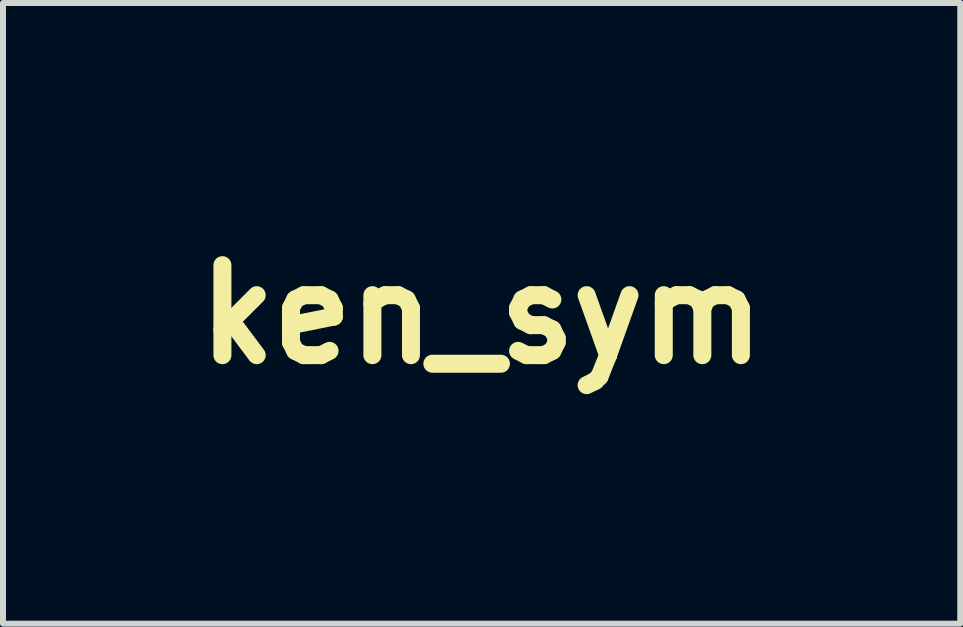
<source format=kicad_pcb>
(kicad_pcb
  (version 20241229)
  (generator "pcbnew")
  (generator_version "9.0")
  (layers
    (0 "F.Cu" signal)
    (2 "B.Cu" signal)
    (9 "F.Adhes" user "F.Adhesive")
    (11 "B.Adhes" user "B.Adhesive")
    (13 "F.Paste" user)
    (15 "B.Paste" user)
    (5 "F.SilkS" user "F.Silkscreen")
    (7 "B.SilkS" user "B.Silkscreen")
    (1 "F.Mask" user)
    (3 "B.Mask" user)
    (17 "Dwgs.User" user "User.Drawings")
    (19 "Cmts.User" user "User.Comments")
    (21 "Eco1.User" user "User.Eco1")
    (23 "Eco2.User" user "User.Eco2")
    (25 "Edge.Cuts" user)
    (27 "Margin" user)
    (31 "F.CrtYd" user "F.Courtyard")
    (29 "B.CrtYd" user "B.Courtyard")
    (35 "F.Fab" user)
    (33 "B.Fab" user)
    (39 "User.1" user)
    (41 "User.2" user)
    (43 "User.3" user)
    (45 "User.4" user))
  (footprint "ken_sym"
    (layer "F.Cu")
    (at 4.979 2.192)
    (property "Reference" "ken_sym" (at 0 0 0) (layer "F.SilkS") (effects (font (size 1.5 1.5) (thickness 0.3))))
    (attr board_only exclude_from_pos_files exclude_from_bom)
    (fp_poly (pts (xy -4.113 -0.088) (xy -4.121 -0.08) (xy -4.129 -0.088) (xy -4.121 -0.096)) (stroke (width 0) (type solid)) (fill yes) (layer "F.Mask"))
    (fp_poly (pts (xy -4.097 0.104) (xy -4.105 0.112) (xy -4.113 0.104) (xy -4.105 0.096)) (stroke (width 0) (type solid)) (fill yes) (layer "F.Mask"))
    (fp_poly (pts (xy -4.065 0.072) (xy -4.073 0.08) (xy -4.081 0.072) (xy -4.073 0.064)) (stroke (width 0) (type solid)) (fill yes) (layer "F.Mask"))
    (fp_poly (pts (xy -3.889 -0.312) (xy -3.897 -0.304) (xy -3.905 -0.312) (xy -3.897 -0.32)) (stroke (width 0) (type solid)) (fill yes) (layer "F.Mask"))
    (fp_poly (pts (xy -3.505 1.496) (xy -3.513 1.504) (xy -3.521 1.496) (xy -3.513 1.488)) (stroke (width 0) (type solid)) (fill yes) (layer "F.Mask"))
    (fp_poly (pts (xy -3.473 1.464) (xy -3.481 1.472) (xy -3.489 1.464) (xy -3.481 1.456)) (stroke (width 0) (type solid)) (fill yes) (layer "F.Mask"))
    (fp_poly (pts (xy -3.313 -0.76) (xy -3.321 -0.752) (xy -3.329 -0.76) (xy -3.321 -0.768)) (stroke (width 0) (type solid)) (fill yes) (layer "F.Mask"))
    (fp_poly (pts (xy -3.281 0.92) (xy -3.289 0.928) (xy -3.297 0.92) (xy -3.289 0.912)) (stroke (width 0) (type solid)) (fill yes) (layer "F.Mask"))
    (fp_poly (pts (xy -2.769 -1.192) (xy -2.777 -1.184) (xy -2.785 -1.192) (xy -2.777 -1.2)) (stroke (width 0) (type solid)) (fill yes) (layer "F.Mask"))
    (fp_poly (pts (xy -2.401 0.456) (xy -2.409 0.464) (xy -2.417 0.456) (xy -2.409 0.448)) (stroke (width 0) (type solid)) (fill yes) (layer "F.Mask"))
    (fp_poly (pts (xy -2.177 0.232) (xy -2.185 0.24) (xy -2.193 0.232) (xy -2.185 0.224)) (stroke (width 0) (type solid)) (fill yes) (layer "F.Mask"))
    (fp_poly (pts (xy -2.081 -0.648) (xy -2.089 -0.64) (xy -2.097 -0.648) (xy -2.089 -0.656)) (stroke (width 0) (type solid)) (fill yes) (layer "F.Mask"))
    (fp_poly (pts (xy -1.953 1.176) (xy -1.961 1.184) (xy -1.969 1.176) (xy -1.961 1.168)) (stroke (width 0) (type solid)) (fill yes) (layer "F.Mask"))
    (fp_poly (pts (xy -1.825 1.016) (xy -1.833 1.024) (xy -1.841 1.016) (xy -1.833 1.008)) (stroke (width 0) (type solid)) (fill yes) (layer "F.Mask"))
    (fp_poly (pts (xy -1.761 -1.192) (xy -1.769 -1.184) (xy -1.777 -1.192) (xy -1.769 -1.2)) (stroke (width 0) (type solid)) (fill yes) (layer "F.Mask"))
    (fp_poly (pts (xy -1.761 0.92) (xy -1.769 0.928) (xy -1.777 0.92) (xy -1.769 0.912)) (stroke (width 0) (type solid)) (fill yes) (layer "F.Mask"))
    (fp_poly (pts (xy -1.697 0.824) (xy -1.705 0.832) (xy -1.713 0.824) (xy -1.705 0.816)) (stroke (width 0) (type solid)) (fill yes) (layer "F.Mask"))
    (fp_poly (pts (xy -1.649 0.536) (xy -1.657 0.544) (xy -1.665 0.536) (xy -1.657 0.528)) (stroke (width 0) (type solid)) (fill yes) (layer "F.Mask"))
    (fp_poly (pts (xy -1.568 -0.888) (xy -1.576 -0.88) (xy -1.584 -0.888) (xy -1.576 -0.896)) (stroke (width 0) (type solid)) (fill yes) (layer "F.Mask"))
    (fp_poly (pts (xy -1.52 -0.376) (xy -1.528 -0.368) (xy -1.536 -0.376) (xy -1.528 -0.384)) (stroke (width 0) (type solid)) (fill yes) (layer "F.Mask"))
    (fp_poly (pts (xy -1.488 -1.801) (xy -1.496 -1.793) (xy -1.504 -1.801) (xy -1.496 -1.809)) (stroke (width 0) (type solid)) (fill yes) (layer "F.Mask"))
    (fp_poly (pts (xy -1.424 -1.897) (xy -1.432 -1.889) (xy -1.44 -1.897) (xy -1.432 -1.905)) (stroke (width 0) (type solid)) (fill yes) (layer "F.Mask"))
    (fp_poly (pts (xy -1.328 -1.993) (xy -1.336 -1.985) (xy -1.344 -1.993) (xy -1.336 -2.001)) (stroke (width 0) (type solid)) (fill yes) (layer "F.Mask"))
    (fp_poly (pts (xy -1.2 -0.92) (xy -1.208 -0.912) (xy -1.216 -0.92) (xy -1.208 -0.928)) (stroke (width 0) (type solid)) (fill yes) (layer "F.Mask"))
    (fp_poly (pts (xy -1.136 -1.016) (xy -1.144 -1.008) (xy -1.152 -1.016) (xy -1.144 -1.024)) (stroke (width 0) (type solid)) (fill yes) (layer "F.Mask"))
    (fp_poly (pts (xy -1.008 0.136) (xy -1.016 0.144) (xy -1.024 0.136) (xy -1.016 0.128)) (stroke (width 0) (type solid)) (fill yes) (layer "F.Mask"))
    (fp_poly (pts (xy -0.928 -0.344) (xy -0.936 -0.336) (xy -0.944 -0.344) (xy -0.936 -0.352)) (stroke (width 0) (type solid)) (fill yes) (layer "F.Mask"))
    (fp_poly (pts (xy -0.88 -0.088) (xy -0.888 -0.08) (xy -0.896 -0.088) (xy -0.888 -0.096)) (stroke (width 0) (type solid)) (fill yes) (layer "F.Mask"))
    (fp_poly (pts (xy -0.672 -1.769) (xy -0.68 -1.761) (xy -0.688 -1.769) (xy -0.68 -1.777)) (stroke (width 0) (type solid)) (fill yes) (layer "F.Mask"))
    (fp_poly (pts (xy -0.672 -0.088) (xy -0.68 -0.08) (xy -0.688 -0.088) (xy -0.68 -0.096)) (stroke (width 0) (type solid)) (fill yes) (layer "F.Mask"))
    (fp_poly (pts (xy -0.656 -0.28) (xy -0.664 -0.272) (xy -0.672 -0.28) (xy -0.664 -0.288)) (stroke (width 0) (type solid)) (fill yes) (layer "F.Mask"))
    (fp_poly (pts (xy -0.544 -0.92) (xy -0.552 -0.912) (xy -0.56 -0.92) (xy -0.552 -0.928)) (stroke (width 0) (type solid)) (fill yes) (layer "F.Mask"))
    (fp_poly (pts (xy -0.288 -1.336) (xy -0.296 -1.328) (xy -0.304 -1.336) (xy -0.296 -1.344)) (stroke (width 0) (type solid)) (fill yes) (layer "F.Mask"))
    (fp_poly (pts (xy -0.224 -0.488) (xy -0.232 -0.48) (xy -0.24 -0.488) (xy -0.232 -0.496)) (stroke (width 0) (type solid)) (fill yes) (layer "F.Mask"))
    (fp_poly (pts (xy -0.192 -1.256) (xy -0.2 -1.248) (xy -0.208 -1.256) (xy -0.2 -1.264)) (stroke (width 0) (type solid)) (fill yes) (layer "F.Mask"))
    (fp_poly (pts (xy -0.192 1.897) (xy -0.2 1.905) (xy -0.208 1.897) (xy -0.2 1.889)) (stroke (width 0) (type solid)) (fill yes) (layer "F.Mask"))
    (fp_poly (pts (xy -0.16 -1.544) (xy -0.168 -1.536) (xy -0.176 -1.544) (xy -0.168 -1.552)) (stroke (width 0) (type solid)) (fill yes) (layer "F.Mask"))
    (fp_poly (pts (xy -0.096 -1.641) (xy -0.104 -1.633) (xy -0.112 -1.641) (xy -0.104 -1.649)) (stroke (width 0) (type solid)) (fill yes) (layer "F.Mask"))
    (fp_poly (pts (xy -0.064 -1.464) (xy -0.072 -1.456) (xy -0.08 -1.464) (xy -0.072 -1.472)) (stroke (width 0) (type solid)) (fill yes) (layer "F.Mask"))
    (fp_poly (pts (xy 0 -1.576) (xy -0.008 -1.568) (xy -0.016 -1.576) (xy -0.008 -1.584)) (stroke (width 0) (type solid)) (fill yes) (layer "F.Mask"))
    (fp_poly (pts (xy 0.032 1.897) (xy 0.024 1.905) (xy 0.016 1.897) (xy 0.024 1.889)) (stroke (width 0) (type solid)) (fill yes) (layer "F.Mask"))
    (fp_poly (pts (xy 0.128 1.753) (xy 0.12 1.761) (xy 0.112 1.753) (xy 0.12 1.745)) (stroke (width 0) (type solid)) (fill yes) (layer "F.Mask"))
    (fp_poly (pts (xy 0.192 1.657) (xy 0.184 1.665) (xy 0.176 1.657) (xy 0.184 1.649)) (stroke (width 0) (type solid)) (fill yes) (layer "F.Mask"))
    (fp_poly (pts (xy 0.256 1.56) (xy 0.248 1.568) (xy 0.24 1.56) (xy 0.248 1.552)) (stroke (width 0) (type solid)) (fill yes) (layer "F.Mask"))
    (fp_poly (pts (xy 0.32 1.464) (xy 0.312 1.472) (xy 0.304 1.464) (xy 0.312 1.456)) (stroke (width 0) (type solid)) (fill yes) (layer "F.Mask"))
    (fp_poly (pts (xy 0.4 1.128) (xy 0.392 1.136) (xy 0.384 1.128) (xy 0.392 1.12)) (stroke (width 0) (type solid)) (fill yes) (layer "F.Mask"))
    (fp_poly (pts (xy 0.416 1.096) (xy 0.408 1.104) (xy 0.4 1.096) (xy 0.408 1.088)) (stroke (width 0) (type solid)) (fill yes) (layer "F.Mask"))
    (fp_poly (pts (xy 0.496 0.728) (xy 0.488 0.736) (xy 0.48 0.728) (xy 0.488 0.72)) (stroke (width 0) (type solid)) (fill yes) (layer "F.Mask"))
    (fp_poly (pts (xy 0.672 0.952) (xy 0.664 0.96) (xy 0.656 0.952) (xy 0.664 0.944)) (stroke (width 0) (type solid)) (fill yes) (layer "F.Mask"))
    (fp_poly (pts (xy 1.104 0.936) (xy 1.096 0.944) (xy 1.088 0.936) (xy 1.096 0.928)) (stroke (width 0) (type solid)) (fill yes) (layer "F.Mask"))
    (fp_poly (pts (xy 1.2 1.4) (xy 1.192 1.408) (xy 1.184 1.4) (xy 1.192 1.392)) (stroke (width 0) (type solid)) (fill yes) (layer "F.Mask"))
    (fp_poly (pts (xy 1.232 1) (xy 1.224 1.008) (xy 1.216 1) (xy 1.224 0.992)) (stroke (width 0) (type solid)) (fill yes) (layer "F.Mask"))
    (fp_poly (pts (xy 1.328 -0.28) (xy 1.32 -0.272) (xy 1.312 -0.28) (xy 1.32 -0.288)) (stroke (width 0) (type solid)) (fill yes) (layer "F.Mask"))
    (fp_poly (pts (xy 1.392 -0.376) (xy 1.384 -0.368) (xy 1.376 -0.376) (xy 1.384 -0.384)) (stroke (width 0) (type solid)) (fill yes) (layer "F.Mask"))
    (fp_poly (pts (xy 1.488 1.144) (xy 1.48 1.152) (xy 1.472 1.144) (xy 1.48 1.136)) (stroke (width 0) (type solid)) (fill yes) (layer "F.Mask"))
    (fp_poly (pts (xy 1.52 1.112) (xy 1.512 1.12) (xy 1.504 1.112) (xy 1.512 1.104)) (stroke (width 0) (type solid)) (fill yes) (layer "F.Mask"))
    (fp_poly (pts (xy 1.552 -0.12) (xy 1.544 -0.112) (xy 1.536 -0.12) (xy 1.544 -0.128)) (stroke (width 0) (type solid)) (fill yes) (layer "F.Mask"))
    (fp_poly (pts (xy 1.761 -0.376) (xy 1.753 -0.368) (xy 1.745 -0.376) (xy 1.753 -0.384)) (stroke (width 0) (type solid)) (fill yes) (layer "F.Mask"))
    (fp_poly (pts (xy 1.777 0.008) (xy 1.769 0.016) (xy 1.761 0.008) (xy 1.769 0)) (stroke (width 0) (type solid)) (fill yes) (layer "F.Mask"))
    (fp_poly (pts (xy 1.985 0.296) (xy 1.977 0.304) (xy 1.969 0.296) (xy 1.977 0.288)) (stroke (width 0) (type solid)) (fill yes) (layer "F.Mask"))
    (fp_poly (pts (xy 2.017 -0.632) (xy 2.009 -0.624) (xy 2.001 -0.632) (xy 2.009 -0.64)) (stroke (width 0) (type solid)) (fill yes) (layer "F.Mask"))
    (fp_poly (pts (xy 2.049 0.184) (xy 2.041 0.192) (xy 2.033 0.184) (xy 2.041 0.176)) (stroke (width 0) (type solid)) (fill yes) (layer "F.Mask"))
    (fp_poly (pts (xy 2.113 -0.792) (xy 2.105 -0.784) (xy 2.097 -0.792) (xy 2.105 -0.8)) (stroke (width 0) (type solid)) (fill yes) (layer "F.Mask"))
    (fp_poly (pts (xy 2.113 0.088) (xy 2.105 0.096) (xy 2.097 0.088) (xy 2.105 0.08)) (stroke (width 0) (type solid)) (fill yes) (layer "F.Mask"))
    (fp_poly (pts (xy 2.145 -1.737) (xy 2.137 -1.729) (xy 2.129 -1.737) (xy 2.137 -1.745)) (stroke (width 0) (type solid)) (fill yes) (layer "F.Mask"))
    (fp_poly (pts (xy 2.177 -0.008) (xy 2.169 0) (xy 2.161 -0.008) (xy 2.169 -0.016)) (stroke (width 0) (type solid)) (fill yes) (layer "F.Mask"))
    (fp_poly (pts (xy 2.305 -1.961) (xy 2.297 -1.953) (xy 2.289 -1.961) (xy 2.297 -1.969)) (stroke (width 0) (type solid)) (fill yes) (layer "F.Mask"))
    (fp_poly (pts (xy 2.337 -1.993) (xy 2.329 -1.985) (xy 2.321 -1.993) (xy 2.329 -2.001)) (stroke (width 0) (type solid)) (fill yes) (layer "F.Mask"))
    (fp_poly (pts (xy 2.561 -0.312) (xy 2.553 -0.304) (xy 2.545 -0.312) (xy 2.553 -0.32)) (stroke (width 0) (type solid)) (fill yes) (layer "F.Mask"))
    (fp_poly (pts (xy 2.737 -0.76) (xy 2.729 -0.752) (xy 2.721 -0.76) (xy 2.729 -0.768)) (stroke (width 0) (type solid)) (fill yes) (layer "F.Mask"))
    (fp_poly (pts (xy 3.057 0.12) (xy 3.049 0.128) (xy 3.041 0.12) (xy 3.049 0.112)) (stroke (width 0) (type solid)) (fill yes) (layer "F.Mask"))
    (fp_poly (pts (xy 3.121 1) (xy 3.113 1.008) (xy 3.105 1) (xy 3.113 0.992)) (stroke (width 0) (type solid)) (fill yes) (layer "F.Mask"))
    (fp_poly (pts (xy 3.281 -0.136) (xy 3.273 -0.128) (xy 3.265 -0.136) (xy 3.273 -0.144)) (stroke (width 0) (type solid)) (fill yes) (layer "F.Mask"))
    (fp_poly (pts (xy 3.313 -1.496) (xy 3.305 -1.488) (xy 3.297 -1.496) (xy 3.305 -1.504)) (stroke (width 0) (type solid)) (fill yes) (layer "F.Mask"))
    (fp_poly (pts (xy 3.409 -1.416) (xy 3.401 -1.408) (xy 3.393 -1.416) (xy 3.401 -1.424)) (stroke (width 0) (type solid)) (fill yes) (layer "F.Mask"))
    (fp_poly (pts (xy 3.537 -1.576) (xy 3.529 -1.568) (xy 3.521 -1.576) (xy 3.529 -1.584)) (stroke (width 0) (type solid)) (fill yes) (layer "F.Mask"))
    (fp_poly (pts (xy 3.553 -0.44) (xy 3.545 -0.432) (xy 3.537 -0.44) (xy 3.545 -0.448)) (stroke (width 0) (type solid)) (fill yes) (layer "F.Mask"))
    (fp_poly (pts (xy 3.665 -0.376) (xy 3.657 -0.368) (xy 3.649 -0.376) (xy 3.657 -0.384)) (stroke (width 0) (type solid)) (fill yes) (layer "F.Mask"))
    (fp_poly (pts (xy 3.665 1.24) (xy 3.657 1.248) (xy 3.649 1.24) (xy 3.657 1.232)) (stroke (width 0) (type solid)) (fill yes) (layer "F.Mask"))
    (fp_poly (pts (xy 3.697 -0.408) (xy 3.689 -0.4) (xy 3.681 -0.408) (xy 3.689 -0.416)) (stroke (width 0) (type solid)) (fill yes) (layer "F.Mask"))
    (fp_poly (pts (xy 3.953 -0.472) (xy 3.945 -0.464) (xy 3.937 -0.472) (xy 3.945 -0.48)) (stroke (width 0) (type solid)) (fill yes) (layer "F.Mask"))
    (fp_poly (pts (xy 4.033 0.632) (xy 4.025 0.64) (xy 4.017 0.632) (xy 4.025 0.624)) (stroke (width 0) (type solid)) (fill yes) (layer "F.Mask"))
    (fp_poly (pts (xy 4.225 0.28) (xy 4.217 0.288) (xy 4.209 0.28) (xy 4.217 0.272)) (stroke (width 0) (type solid)) (fill yes) (layer "F.Mask"))
    (fp_poly (pts (xy -1.91 0.886) (xy -1.908 0.905) (xy -1.91 0.907) (xy -1.919 0.905) (xy -1.921 0.896) (xy -1.915 0.883)) (stroke (width 0) (type solid)) (fill yes) (layer "F.Mask"))
    (fp_poly (pts (xy -1.638 0.71) (xy -1.636 0.729) (xy -1.638 0.731) (xy -1.647 0.729) (xy -1.649 0.72) (xy -1.643 0.707)) (stroke (width 0) (type solid)) (fill yes) (layer "F.Mask"))
    (fp_poly (pts (xy -0.838 -1.515) (xy -0.836 -1.496) (xy -0.838 -1.494) (xy -0.847 -1.496) (xy -0.848 -1.504) (xy -0.842 -1.518)) (stroke (width 0) (type solid)) (fill yes) (layer "F.Mask"))
    (fp_poly (pts (xy 0.427 0.822) (xy 0.429 0.841) (xy 0.427 0.843) (xy 0.417 0.841) (xy 0.416 0.832) (xy 0.422 0.819)) (stroke (width 0) (type solid)) (fill yes) (layer "F.Mask"))
    (fp_poly (pts (xy 0.619 0.822) (xy 0.621 0.841) (xy 0.619 0.843) (xy 0.609 0.841) (xy 0.608 0.832) (xy 0.614 0.819)) (stroke (width 0) (type solid)) (fill yes) (layer "F.Mask"))
    (fp_poly (pts (xy 1.755 0.63) (xy 1.757 0.649) (xy 1.755 0.651) (xy 1.746 0.649) (xy 1.745 0.64) (xy 1.75 0.627)) (stroke (width 0) (type solid)) (fill yes) (layer "F.Mask"))
    (fp_poly (pts (xy 1.883 0.437) (xy 1.885 0.456) (xy 1.883 0.459) (xy 1.874 0.457) (xy 1.873 0.448) (xy 1.878 0.435)) (stroke (width 0) (type solid)) (fill yes) (layer "F.Mask"))
    (fp_poly (pts (xy 2.123 -0.507) (xy 2.121 -0.497) (xy 2.113 -0.496) (xy 2.099 -0.502) (xy 2.102 -0.507) (xy 2.121 -0.509)) (stroke (width 0) (type solid)) (fill yes) (layer "F.Mask"))
    (fp_poly (pts (xy 2.796 -0.859) (xy 2.797 -0.84) (xy 2.796 -0.838) (xy 2.786 -0.84) (xy 2.785 -0.848) (xy 2.791 -0.861)) (stroke (width 0) (type solid)) (fill yes) (layer "F.Mask"))
    (fp_poly (pts (xy 3.18 -1.131) (xy 3.177 -1.122) (xy 3.169 -1.12) (xy 3.156 -1.126) (xy 3.158 -1.131) (xy 3.177 -1.133)) (stroke (width 0) (type solid)) (fill yes) (layer "F.Mask"))
    (fp_poly (pts (xy 3.244 0.101) (xy 3.241 0.111) (xy 3.233 0.112) (xy 3.22 0.106) (xy 3.222 0.101) (xy 3.241 0.099)) (stroke (width 0) (type solid)) (fill yes) (layer "F.Mask"))
    (fp_poly (pts (xy -0.464 -2.021) (xy -0.439 -2.01) (xy -0.435 -1.99) (xy -0.453 -1.956) (xy -0.474 -1.928) (xy -0.497 -1.889) (xy -0.505 -1.86) (xy -0.503 -1.855) (xy -0.5 -1.843) (xy -0.508 -1.846) (xy -0.524 -1.84) (xy -0.547 -1.813) (xy -0.571 -1.775) (xy -0.59 -1.736) (xy -0.599 -1.704) (xy -0.598 -1.692) (xy -0.597 -1.683) (xy -0.603 -1.685) (xy -0.62 -1.68) (xy -0.641 -1.656) (xy -0.658 -1.623) (xy -0.666 -1.594) (xy -0.664 -1.584) (xy -0.665 -1.572) (xy -0.671 -1.572) (xy -0.684 -1.561) (xy -0.71 -1.526) (xy -0.745 -1.474) (xy -0.786 -1.41) (xy -0.83 -1.339) (xy -0.874 -1.265) (xy -0.914 -1.195) (xy -0.947 -1.134) (xy -0.971 -1.086) (xy -0.982 -1.058) (xy -0.982 -1.053) (xy -0.981 -1.042) (xy -0.987 -1.045) (xy -0.999 -1.035) (xy -1.023 -1.004) (xy -1.056 -0.957) (xy -1.093 -0.901) (xy -1.13 -0.843) (xy -1.163 -0.787) (xy -1.189 -0.741) (xy -1.203 -0.711) (xy -1.203 -0.709) (xy -1.193 -0.692) (xy -1.163 -0.664) (xy -1.119 -0.63) (xy -1.07 -0.596) (xy -1.022 -0.565) (xy -0.982 -0.544) (xy -0.958 -0.538) (xy -0.956 -0.539) (xy -0.947 -0.539) (xy -0.95 -0.532) (xy -0.945 -0.513) (xy -0.919 -0.484) (xy -0.897 -0.465) (xy -0.833 -0.414) (xy -0.785 -0.491) (xy -0.76 -0.537) (xy -0.745 -0.574) (xy -0.744 -0.589) (xy -0.743 -0.603) (xy -0.738 -0.601) (xy -0.722 -0.608) (xy -0.7 -0.635) (xy -0.677 -0.673) (xy -0.658 -0.712) (xy -0.649 -0.744) (xy -0.65 -0.755) (xy -0.652 -0.766) (xy -0.643 -0.762) (xy -0.627 -0.768) (xy -0.606 -0.791) (xy -0.589 -0.822) (xy -0.583 -0.848) (xy -0.585 -0.854) (xy -0.584 -0.858) (xy -0.581 -0.856) (xy -0.567 -0.862) (xy -0.545 -0.889) (xy -0.522 -0.927) (xy -0.501 -0.966) (xy -0.49 -0.999) (xy -0.49 -1.013) (xy -0.493 -1.024) (xy -0.488 -1.02) (xy -0.473 -1.025) (xy -0.449 -1.049) (xy -0.424 -1.085) (xy -0.403 -1.123) (xy -0.392 -1.154) (xy -0.392 -1.165) (xy -0.391 -1.179) (xy -0.386 -1.177) (xy -0.368 -1.182) (xy -0.348 -1.206) (xy -0.332 -1.237) (xy -0.328 -1.264) (xy -0.33 -1.269) (xy -0.333 -1.28) (xy -0.328 -1.276) (xy -0.313 -1.281) (xy -0.289 -1.305) (xy -0.264 -1.341) (xy -0.243 -1.379) (xy -0.232 -1.41) (xy -0.232 -1.421) (xy -0.231 -1.435) (xy -0.226 -1.433) (xy -0.211 -1.441) (xy -0.186 -1.471) (xy -0.156 -1.514) (xy -0.126 -1.564) (xy -0.098 -1.613) (xy -0.079 -1.654) (xy -0.073 -1.68) (xy -0.073 -1.683) (xy -0.076 -1.694) (xy -0.069 -1.691) (xy -0.052 -1.698) (xy -0.026 -1.726) (xy -0.007 -1.753) (xy 0.031 -1.804) (xy 0.062 -1.824) (xy 0.085 -1.813) (xy 0.088 -1.809) (xy 0.083 -1.791) (xy 0.061 -1.747) (xy 0.024 -1.679) (xy -0.027 -1.59) (xy -0.091 -1.48) (xy -0.168 -1.351) (xy -0.257 -1.206) (xy -0.347 -1.059) (xy -0.385 -0.994) (xy -0.415 -0.938) (xy -0.434 -0.896) (xy -0.438 -0.875) (xy -0.438 -0.875) (xy -0.435 -0.865) (xy -0.441 -0.869) (xy -0.456 -0.864) (xy -0.478 -0.839) (xy -0.502 -0.803) (xy -0.523 -0.764) (xy -0.535 -0.732) (xy -0.534 -0.717) (xy -0.533 -0.706) (xy -0.538 -0.709) (xy -0.55 -0.698) (xy -0.574 -0.667) (xy -0.607 -0.619) (xy -0.644 -0.562) (xy -0.682 -0.501) (xy -0.717 -0.443) (xy -0.746 -0.392) (xy -0.764 -0.357) (xy -0.768 -0.343) (xy -0.756 -0.339) (xy -0.744 -0.342) (xy -0.726 -0.341) (xy -0.724 -0.332) (xy -0.716 -0.317) (xy -0.707 -0.316) (xy -0.694 -0.311) (xy -0.697 -0.303) (xy -0.694 -0.282) (xy -0.673 -0.249) (xy -0.663 -0.239) (xy -0.631 -0.21) (xy -0.611 -0.205) (xy -0.604 -0.212) (xy -0.594 -0.222) (xy -0.597 -0.207) (xy -0.594 -0.175) (xy -0.584 -0.155) (xy -0.571 -0.141) (xy -0.558 -0.146) (xy -0.539 -0.172) (xy -0.522 -0.201) (xy -0.5 -0.246) (xy -0.49 -0.28) (xy -0.491 -0.292) (xy -0.491 -0.302) (xy -0.486 -0.299) (xy -0.468 -0.304) (xy -0.448 -0.329) (xy -0.431 -0.362) (xy -0.423 -0.391) (xy -0.426 -0.403) (xy -0.428 -0.414) (xy -0.42 -0.41) (xy -0.4 -0.414) (xy -0.378 -0.435) (xy -0.363 -0.463) (xy -0.363 -0.485) (xy -0.363 -0.494) (xy -0.357 -0.491) (xy -0.337 -0.495) (xy -0.308 -0.518) (xy -0.302 -0.523) (xy -0.283 -0.547) (xy -0.281 -0.555) (xy -0.284 -0.554) (xy -0.302 -0.553) (xy -0.304 -0.561) (xy -0.292 -0.572) (xy -0.279 -0.57) (xy -0.248 -0.561) (xy -0.239 -0.56) (xy -0.225 -0.55) (xy -0.232 -0.526) (xy -0.257 -0.496) (xy -0.277 -0.467) (xy -0.278 -0.445) (xy -0.277 -0.435) (xy -0.284 -0.438) (xy -0.302 -0.431) (xy -0.329 -0.402) (xy -0.361 -0.358) (xy -0.396 -0.304) (xy -0.428 -0.247) (xy -0.454 -0.194) (xy -0.469 -0.152) (xy -0.471 -0.127) (xy -0.471 -0.126) (xy -0.469 -0.115) (xy -0.477 -0.118) (xy -0.494 -0.114) (xy -0.504 -0.098) (xy -0.5 -0.062) (xy -0.473 -0.006) (xy -0.451 0.03) (xy -0.42 0.076) (xy -0.395 0.108) (xy -0.382 0.12) (xy -0.382 0.12) (xy -0.375 0.127) (xy -0.373 0.141) (xy -0.366 0.169) (xy -0.35 0.216) (xy -0.329 0.268) (xy -0.281 0.422) (xy -0.261 0.584) (xy -0.269 0.747) (xy -0.305 0.904) (xy -0.347 1.008) (xy -0.374 1.065) (xy -0.393 1.11) (xy -0.402 1.137) (xy -0.403 1.14) (xy -0.411 1.149) (xy -0.412 1.148) (xy -0.431 1.156) (xy -0.461 1.179) (xy -0.464 1.182) (xy -0.505 1.213) (xy -0.557 1.244) (xy -0.573 1.251) (xy -0.62 1.27) (xy -0.656 1.274) (xy -0.696 1.264) (xy -0.701 1.262) (xy -0.742 1.25) (xy -0.769 1.245) (xy -0.772 1.245) (xy -0.781 1.236) (xy -0.78 1.228) (xy -0.786 1.212) (xy -0.793 1.211) (xy -0.808 1.201) (xy -0.811 1.187) (xy -0.818 1.157) (xy -0.832 1.111) (xy -0.84 1.088) (xy -0.853 1.048) (xy -0.86 1.004) (xy -0.862 0.948) (xy -0.86 0.88) (xy -0.771 0.88) (xy -0.766 0.999) (xy -0.748 1.088) (xy -0.719 1.148) (xy -0.679 1.178) (xy -0.627 1.179) (xy -0.568 1.152) (xy -0.518 1.112) (xy -0.48 1.064) (xy -0.461 1.019) (xy -0.46 1.004) (xy -0.456 0.984) (xy -0.449 0.984) (xy -0.435 0.976) (xy -0.417 0.943) (xy -0.398 0.891) (xy -0.38 0.824) (xy -0.365 0.751) (xy -0.355 0.609) (xy -0.372 0.458) (xy -0.413 0.306) (xy -0.478 0.161) (xy -0.5 0.122) (xy -0.557 0.028) (xy -0.581 0.074) (xy -0.629 0.184) (xy -0.674 0.317) (xy -0.713 0.462) (xy -0.743 0.61) (xy -0.763 0.752) (xy -0.771 0.879) (xy -0.771 0.88) (xy -0.86 0.88) (xy -0.86 0.871) (xy -0.858 0.84) (xy -0.831 0.611) (xy -0.775 0.379) (xy -0.689 0.143) (xy -0.662 0.082) (xy -0.633 0.012) (xy -0.619 -0.035) (xy -0.622 -0.059) (xy -0.641 -0.056) (xy -0.641 -0.055) (xy -0.65 -0.058) (xy -0.648 -0.067) (xy -0.655 -0.086) (xy -0.678 -0.118) (xy -0.711 -0.157) (xy -0.749 -0.197) (xy -0.784 -0.231) (xy -0.81 -0.252) (xy -0.822 -0.255) (xy -0.832 -0.24) (xy -0.854 -0.201) (xy -0.888 -0.143) (xy -0.929 -0.072) (xy -0.97 0) (xy -1.037 0.122) (xy -1.095 0.231) (xy -1.143 0.326) (xy -1.179 0.405) (xy -1.203 0.465) (xy -1.215 0.505) (xy -1.212 0.523) (xy -1.196 0.517) (xy -1.164 0.486) (xy -1.135 0.448) (xy -1.119 0.419) (xy -1.118 0.409) (xy -1.115 0.401) (xy -1.111 0.404) (xy -1.09 0.407) (xy -1.082 0.402) (xy -1.052 0.386) (xy -1.035 0.379) (xy -1.015 0.376) (xy -1.014 0.393) (xy -1.017 0.404) (xy -1.033 0.439) (xy -1.06 0.485) (xy -1.074 0.506) (xy -1.098 0.546) (xy -1.109 0.575) (xy -1.108 0.583) (xy -1.11 0.591) (xy -1.12 0.59) (xy -1.139 0.595) (xy -1.14 0.604) (xy -1.144 0.621) (xy -1.148 0.622) (xy -1.171 0.624) (xy -1.205 0.631) (xy -1.25 0.635) (xy -1.271 0.625) (xy -1.292 0.615) (xy -1.302 0.628) (xy -1.305 0.624) (xy -1.306 0.595) (xy -1.305 0.55) (xy -1.3 0.498) (xy -1.289 0.447) (xy -1.267 0.388) (xy -1.234 0.312) (xy -1.219 0.28) (xy -1.188 0.212) (xy -1.164 0.154) (xy -1.149 0.111) (xy -1.147 0.092) (xy -1.147 0.083) (xy -1.14 0.085) (xy -1.127 0.076) (xy -1.103 0.045) (xy -1.072 -0.002) (xy -1.037 -0.058) (xy -1.003 -0.117) (xy -0.972 -0.172) (xy -0.95 -0.218) (xy -0.939 -0.247) (xy -0.939 -0.25) (xy -0.932 -0.265) (xy -0.928 -0.264) (xy -0.914 -0.271) (xy -0.9 -0.295) (xy -0.893 -0.316) (xy -0.898 -0.335) (xy -0.918 -0.359) (xy -0.958 -0.393) (xy -0.977 -0.408) (xy -1.027 -0.444) (xy -1.067 -0.466) (xy -1.09 -0.471) (xy -1.091 -0.471) (xy -1.102 -0.469) (xy -1.098 -0.477) (xy -1.105 -0.495) (xy -1.136 -0.523) (xy -1.178 -0.552) (xy -1.224 -0.581) (xy -1.257 -0.6) (xy -1.271 -0.605) (xy -1.271 -0.605) (xy -1.298 -0.564) (xy -1.332 -0.507) (xy -1.37 -0.438) (xy -1.411 -0.364) (xy -1.451 -0.289) (xy -1.487 -0.219) (xy -1.517 -0.16) (xy -1.536 -0.117) (xy -1.543 -0.095) (xy -1.543 -0.094) (xy -1.541 -0.082) (xy -1.548 -0.085) (xy -1.562 -0.076) (xy -1.586 -0.044) (xy -1.619 0.005) (xy -1.656 0.066) (xy -1.695 0.133) (xy -1.731 0.2) (xy -1.763 0.261) (xy -1.787 0.311) (xy -1.799 0.345) (xy -1.799 0.355) (xy -1.797 0.366) (xy -1.805 0.362) (xy -1.819 0.371) (xy -1.841 0.403) (xy -1.87 0.452) (xy -1.902 0.511) (xy -1.934 0.573) (xy -1.961 0.633) (xy -1.982 0.684) (xy -1.993 0.72) (xy -1.993 0.732) (xy -1.993 0.747) (xy -1.999 0.745) (xy -2.011 0.754) (xy -2.029 0.788) (xy -2.05 0.84) (xy -2.073 0.904) (xy -2.095 0.974) (xy -2.115 1.042) (xy -2.13 1.104) (xy -2.138 1.151) (xy -2.138 1.179) (xy -2.136 1.182) (xy -2.12 1.179) (xy -2.093 1.156) (xy -2.062 1.121) (xy -2.034 1.083) (xy -2.015 1.049) (xy -2.011 1.027) (xy -2.014 1.011) (xy -2.005 1.021) (xy -1.991 1.024) (xy -1.969 1.006) (xy -1.935 0.962) (xy -1.921 0.943) (xy -1.887 0.892) (xy -1.862 0.85) (xy -1.851 0.825) (xy -1.851 0.823) (xy -1.841 0.806) (xy -1.834 0.805) (xy -1.82 0.795) (xy -1.819 0.78) (xy -1.815 0.761) (xy -1.809 0.76) (xy -1.792 0.755) (xy -1.772 0.731) (xy -1.757 0.7) (xy -1.753 0.674) (xy -1.754 0.669) (xy -1.756 0.659) (xy -1.749 0.662) (xy -1.732 0.655) (xy -1.702 0.628) (xy -1.666 0.587) (xy -1.664 0.584) (xy -1.618 0.53) (xy -1.583 0.502) (xy -1.561 0.499) (xy -1.553 0.523) (xy -1.552 0.525) (xy -1.561 0.547) (xy -1.585 0.59) (xy -1.621 0.651) (xy -1.667 0.723) (xy -1.712 0.791) (xy -1.763 0.868) (xy -1.806 0.936) (xy -1.839 0.991) (xy -1.859 1.028) (xy -1.863 1.043) (xy -1.864 1.053) (xy -1.869 1.053) (xy -1.888 1.061) (xy -1.917 1.089) (xy -1.948 1.126) (xy -1.975 1.164) (xy -1.99 1.195) (xy -1.99 1.206) (xy -1.987 1.216) (xy -1.992 1.213) (xy -2.011 1.215) (xy -2.043 1.233) (xy -2.052 1.241) (xy -2.101 1.273) (xy -2.144 1.277) (xy -2.189 1.255) (xy -2.216 1.217) (xy -2.224 1.154) (xy -2.214 1.068) (xy -2.186 0.959) (xy -2.141 0.829) (xy -2.077 0.679) (xy -1.997 0.509) (xy -1.985 0.485) (xy -1.942 0.398) (xy -1.905 0.32) (xy -1.876 0.256) (xy -1.858 0.21) (xy -1.852 0.188) (xy -1.852 0.187) (xy -1.852 0.178) (xy -1.846 0.181) (xy -1.831 0.173) (xy -1.808 0.144) (xy -1.78 0.102) (xy -1.754 0.055) (xy -1.733 0.011) (xy -1.722 -0.022) (xy -1.722 -0.035) (xy -1.724 -0.046) (xy -1.716 -0.042) (xy -1.7 -0.048) (xy -1.677 -0.075) (xy -1.654 -0.114) (xy -1.635 -0.156) (xy -1.626 -0.191) (xy -1.627 -0.205) (xy -1.63 -0.222) (xy -1.62 -0.211) (xy -1.606 -0.199) (xy -1.595 -0.215) (xy -1.591 -0.252) (xy -1.595 -0.268) (xy -1.598 -0.285) (xy -1.588 -0.275) (xy -1.577 -0.274) (xy -1.557 -0.294) (xy -1.527 -0.336) (xy -1.485 -0.404) (xy -1.463 -0.442) (xy -1.422 -0.512) (xy -1.388 -0.572) (xy -1.362 -0.616) (xy -1.349 -0.639) (xy -1.348 -0.641) (xy -1.358 -0.655) (xy -1.393 -0.676) (xy -1.449 -0.702) (xy -1.52 -0.731) (xy -1.6 -0.762) (xy -1.684 -0.791) (xy -1.767 -0.818) (xy -1.844 -0.84) (xy -1.909 -0.856) (xy -1.957 -0.864) (xy -1.967 -0.864) (xy -1.99 -0.851) (xy -2.016 -0.819) (xy -2.04 -0.779) (xy -2.055 -0.741) (xy -2.055 -0.717) (xy -2.053 -0.707) (xy -2.06 -0.709) (xy -2.073 -0.7) (xy -2.096 -0.668) (xy -2.127 -0.619) (xy -2.162 -0.56) (xy -2.198 -0.496) (xy -2.231 -0.433) (xy -2.258 -0.378) (xy -2.275 -0.337) (xy -2.28 -0.317) (xy -2.283 -0.297) (xy -2.287 -0.297) (xy -2.299 -0.292) (xy -2.317 -0.267) (xy -2.334 -0.233) (xy -2.345 -0.2) (xy -2.346 -0.181) (xy -2.345 -0.166) (xy -2.351 -0.167) (xy -2.362 -0.156) (xy -2.383 -0.122) (xy -2.412 -0.07) (xy -2.445 -0.006) (xy -2.479 0.066) (xy -2.512 0.139) (xy -2.541 0.207) (xy -2.564 0.265) (xy -2.578 0.308) (xy -2.587 0.358) (xy -2.589 0.398) (xy -2.587 0.409) (xy -2.577 0.424) (xy -2.56 0.422) (xy -2.526 0.403) (xy -2.525 0.402) (xy -2.492 0.377) (xy -2.477 0.356) (xy -2.477 0.352) (xy -2.472 0.339) (xy -2.469 0.34) (xy -2.445 0.334) (xy -2.413 0.314) (xy -2.387 0.288) (xy -2.375 0.266) (xy -2.375 0.262) (xy -2.373 0.245) (xy -2.364 0.244) (xy -2.349 0.236) (xy -2.349 0.228) (xy -2.341 0.212) (xy -2.333 0.212) (xy -2.317 0.204) (xy -2.317 0.195) (xy -2.314 0.181) (xy -2.308 0.182) (xy -2.291 0.177) (xy -2.262 0.155) (xy -2.229 0.124) (xy -2.201 0.093) (xy -2.185 0.069) (xy -2.185 0.061) (xy -2.179 0.055) (xy -2.157 0.054) (xy -2.129 0.064) (xy -2.119 0.094) (xy -2.119 0.099) (xy -2.121 0.13) (xy -2.128 0.139) (xy -2.147 0.148) (xy -2.173 0.175) (xy -2.198 0.209) (xy -2.215 0.24) (xy -2.217 0.256) (xy -2.219 0.269) (xy -2.228 0.268) (xy -2.244 0.276) (xy -2.244 0.285) (xy -2.248 0.299) (xy -2.254 0.298) (xy -2.273 0.302) (xy -2.299 0.323) (xy -2.325 0.351) (xy -2.341 0.377) (xy -2.341 0.391) (xy -2.342 0.398) (xy -2.353 0.397) (xy -2.371 0.403) (xy -2.372 0.413) (xy -2.376 0.427) (xy -2.382 0.426) (xy -2.4 0.429) (xy -2.43 0.445) (xy -2.462 0.466) (xy -2.485 0.486) (xy -2.49 0.498) (xy -2.5 0.503) (xy -2.533 0.507) (xy -2.553 0.509) (xy -2.613 0.502) (xy -2.651 0.473) (xy -2.67 0.42) (xy -2.673 0.381) (xy -2.67 0.338) (xy -2.66 0.289) (xy -2.641 0.23) (xy -2.612 0.158) (xy -2.57 0.067) (xy -2.516 -0.045) (xy -2.496 -0.086) (xy -2.455 -0.169) (xy -2.421 -0.242) (xy -2.396 -0.301) (xy -2.382 -0.341) (xy -2.379 -0.356) (xy -2.379 -0.366) (xy -2.373 -0.363) (xy -2.355 -0.365) (xy -2.344 -0.386) (xy -2.344 -0.413) (xy -2.347 -0.42) (xy -2.347 -0.43) (xy -2.341 -0.427) (xy -2.324 -0.429) (xy -2.311 -0.451) (xy -2.311 -0.476) (xy -2.314 -0.482) (xy -2.312 -0.493) (xy -2.306 -0.493) (xy -2.292 -0.504) (xy -2.267 -0.536) (xy -2.237 -0.584) (xy -2.205 -0.639) (xy -2.176 -0.694) (xy -2.153 -0.742) (xy -2.14 -0.777) (xy -2.139 -0.789) (xy -2.14 -0.798) (xy -2.134 -0.796) (xy -2.117 -0.801) (xy -2.094 -0.828) (xy -2.091 -0.833) (xy -2.063 -0.88) (xy -2.181 -0.88) (xy -2.299 -0.88) (xy -2.326 -0.823) (xy -2.341 -0.783) (xy -2.344 -0.753) (xy -2.343 -0.749) (xy -2.341 -0.738) (xy -2.347 -0.741) (xy -2.361 -0.732) (xy -2.383 -0.7) (xy -2.411 -0.651) (xy -2.423 -0.627) (xy -2.466 -0.543) (xy -2.522 -0.437) (xy -2.587 -0.317) (xy -2.658 -0.187) (xy -2.732 -0.055) (xy -2.805 0.074) (xy -2.874 0.193) (xy -2.898 0.234) (xy -2.942 0.31) (xy -2.98 0.378) (xy -3.009 0.431) (xy -3.026 0.466) (xy -3.03 0.475) (xy -3.037 0.489) (xy -3.042 0.488) (xy -3.056 0.492) (xy -3.065 0.515) (xy -3.066 0.541) (xy -3.063 0.548) (xy -3.062 0.558) (xy -3.068 0.555) (xy -3.084 0.563) (xy -3.109 0.592) (xy -3.139 0.635) (xy -3.17 0.684) (xy -3.198 0.733) (xy -3.217 0.774) (xy -3.224 0.8) (xy -3.223 0.804) (xy -3.222 0.814) (xy -3.229 0.811) (xy -3.245 0.819) (xy -3.271 0.853) (xy -3.307 0.908) (xy -3.35 0.981) (xy -3.397 1.068) (xy -3.446 1.166) (xy -3.448 1.168) (xy -3.475 1.225) (xy -3.487 1.254) (xy -3.484 1.258) (xy -3.465 1.235) (xy -3.43 1.185) (xy -3.415 1.165) (xy -3.375 1.115) (xy -3.346 1.093) (xy -3.33 1.098) (xy -3.328 1.126) (xy -3.343 1.175) (xy -3.368 1.23) (xy -3.383 1.269) (xy -3.384 1.297) (xy -3.383 1.299) (xy -3.382 1.31) (xy -3.39 1.306) (xy -3.407 1.311) (xy -3.427 1.335) (xy -3.443 1.367) (xy -3.448 1.394) (xy -3.444 1.402) (xy -3.442 1.409) (xy -3.447 1.406) (xy -3.464 1.41) (xy -3.493 1.433) (xy -3.508 1.45) (xy -3.551 1.487) (xy -3.594 1.504) (xy -3.628 1.499) (xy -3.644 1.478) (xy -3.646 1.447) (xy -3.639 1.401) (xy -3.634 1.378) (xy -3.621 1.328) (xy -3.616 1.304) (xy -3.521 1.304) (xy -3.513 1.312) (xy -3.505 1.304) (xy -3.513 1.296) (xy -3.521 1.304) (xy -3.616 1.304) (xy -3.613 1.288) (xy -3.611 1.277) (xy -3.607 1.258) (xy -3.603 1.258) (xy -3.592 1.249) (xy -3.574 1.218) (xy -3.551 1.173) (xy -3.527 1.122) (xy -3.506 1.071) (xy -3.49 1.029) (xy -3.484 1.004) (xy -3.485 1) (xy -3.486 0.993) (xy -3.481 0.996) (xy -3.469 0.988) (xy -3.445 0.959) (xy -3.415 0.915) (xy -3.383 0.862) (xy -3.352 0.807) (xy -3.327 0.757) (xy -3.31 0.72) (xy -3.308 0.7) (xy -3.308 0.691) (xy -3.3 0.694) (xy -3.282 0.691) (xy -3.264 0.669) (xy -3.254 0.641) (xy -3.257 0.625) (xy -3.254 0.605) (xy -3.247 0.599) (xy -3.236 0.597) (xy -3.239 0.606) (xy -3.245 0.622) (xy -3.243 0.624) (xy -3.228 0.611) (xy -3.206 0.578) (xy -3.182 0.535) (xy -3.161 0.492) (xy -3.148 0.458) (xy -3.147 0.445) (xy -3.148 0.435) (xy -3.141 0.438) (xy -3.124 0.432) (xy -3.101 0.405) (xy -3.077 0.368) (xy -3.058 0.328) (xy -3.049 0.297) (xy -3.051 0.285) (xy -3.052 0.275) (xy -3.045 0.278) (xy -3.028 0.272) (xy -3.005 0.245) (xy -2.981 0.208) (xy -2.962 0.168) (xy -2.953 0.137) (xy -2.955 0.125) (xy -2.956 0.115) (xy -2.949 0.118) (xy -2.933 0.111) (xy -2.91 0.084) (xy -2.886 0.047) (xy -2.867 0.007) (xy -2.858 -0.025) (xy -2.86 -0.036) (xy -2.86 -0.046) (xy -2.854 -0.043) (xy -2.841 -0.053) (xy -2.816 -0.087) (xy -2.783 -0.139) (xy -2.743 -0.207) (xy -2.717 -0.253) (xy -2.641 -0.391) (xy -2.579 -0.505) (xy -2.531 -0.595) (xy -2.494 -0.666) (xy -2.468 -0.72) (xy -2.451 -0.759) (xy -2.443 -0.786) (xy -2.441 -0.804) (xy -2.442 -0.81) (xy -2.446 -0.829) (xy -2.437 -0.82) (xy -2.436 -0.818) (xy -2.421 -0.806) (xy -2.407 -0.822) (xy -2.402 -0.829) (xy -2.389 -0.858) (xy -2.385 -0.87) (xy -2.399 -0.875) (xy -2.439 -0.872) (xy -2.498 -0.863) (xy -2.573 -0.848) (xy -2.656 -0.829) (xy -2.742 -0.807) (xy -2.828 -0.783) (xy -2.905 -0.759) (xy -2.971 -0.735) (xy -2.973 -0.735) (xy -3.062 -0.697) (xy -3.155 -0.653) (xy -3.249 -0.606) (xy -3.34 -0.558) (xy -3.422 -0.511) (xy -3.493 -0.467) (xy -3.547 -0.429) (xy -3.582 -0.4) (xy -3.591 -0.381) (xy -3.591 -0.38) (xy -3.59 -0.371) (xy -3.597 -0.374) (xy -3.619 -0.371) (xy -3.653 -0.352) (xy -3.692 -0.323) (xy -3.726 -0.293) (xy -3.747 -0.267) (xy -3.749 -0.257) (xy -3.754 -0.246) (xy -3.762 -0.248) (xy -3.781 -0.243) (xy -3.817 -0.218) (xy -3.864 -0.178) (xy -3.918 -0.127) (xy -3.975 -0.071) (xy -4.029 -0.014) (xy -4.077 0.04) (xy -4.113 0.085) (xy -4.134 0.118) (xy -4.136 0.131) (xy -4.134 0.142) (xy -4.141 0.139) (xy -4.16 0.144) (xy -4.188 0.169) (xy -4.2 0.184) (xy -4.239 0.224) (xy -4.271 0.24) (xy -4.292 0.235) (xy -4.296 0.209) (xy -4.278 0.164) (xy -4.275 0.158) (xy -4.256 0.12) (xy -4.252 0.093) (xy -4.253 0.089) (xy -4.254 0.08) (xy -4.25 0.083) (xy -4.233 0.081) (xy -4.211 0.061) (xy -4.192 0.032) (xy -4.184 0.007) (xy -4.185 -0.000242) (xy -4.183 -0.013) (xy -4.175 -0.012) (xy -4.158 -0.019) (xy -4.157 -0.028) (xy -4.153 -0.044) (xy -4.148 -0.044) (xy -4.131 -0.053) (xy -4.101 -0.079) (xy -4.064 -0.117) (xy -4.026 -0.159) (xy -3.993 -0.199) (xy -3.971 -0.231) (xy -3.966 -0.247) (xy -3.966 -0.247) (xy -3.964 -0.254) (xy -3.953 -0.253) (xy -3.935 -0.259) (xy -3.934 -0.269) (xy -3.93 -0.283) (xy -3.924 -0.281) (xy -3.902 -0.284) (xy -3.871 -0.303) (xy -3.843 -0.328) (xy -3.83 -0.352) (xy -3.83 -0.356) (xy -3.827 -0.36) (xy -3.825 -0.36) (xy -3.817 -0.352) (xy -3.809 -0.36) (xy -3.817 -0.368) (xy -3.825 -0.36) (xy -3.827 -0.36) (xy -3.82 -0.373) (xy -3.809 -0.375) (xy -3.78 -0.384) (xy -3.746 -0.405) (xy -3.716 -0.43) (xy -3.699 -0.453) (xy -3.701 -0.466) (xy -3.707 -0.476) (xy -3.689 -0.477) (xy -3.663 -0.484) (xy -3.621 -0.505) (xy -3.569 -0.534) (xy -3.515 -0.569) (xy -3.465 -0.603) (xy -3.427 -0.633) (xy -3.407 -0.654) (xy -3.405 -0.659) (xy -3.4 -0.668) (xy -3.395 -0.665) (xy -3.372 -0.664) (xy -3.341 -0.674) (xy -3.315 -0.689) (xy -3.306 -0.704) (xy -3.306 -0.706) (xy -3.308 -0.723) (xy -3.298 -0.747) (xy -3.242 -0.747) (xy -3.232 -0.744) (xy -3.206 -0.752) (xy -3.167 -0.765) (xy -3.112 -0.786) (xy -3.069 -0.804) (xy -3.022 -0.825) (xy -2.991 -0.841) (xy -2.983 -0.849) (xy -2.976 -0.855) (xy -2.956 -0.858) (xy -2.925 -0.863) (xy -2.874 -0.875) (xy -2.809 -0.893) (xy -2.777 -0.902) (xy -2.69 -0.925) (xy -2.59 -0.946) (xy -2.496 -0.962) (xy -2.478 -0.964) (xy -2.407 -0.973) (xy -2.361 -0.981) (xy -2.332 -0.991) (xy -2.315 -1.006) (xy -2.302 -1.027) (xy -2.298 -1.037) (xy -2.284 -1.076) (xy -2.282 -1.105) (xy -2.283 -1.108) (xy -2.284 -1.118) (xy -2.276 -1.115) (xy -2.26 -1.118) (xy -2.248 -1.14) (xy -2.245 -1.17) (xy -2.25 -1.187) (xy -2.252 -1.198) (xy -2.245 -1.195) (xy -2.231 -1.203) (xy -2.213 -1.235) (xy -2.193 -1.283) (xy -2.173 -1.342) (xy -2.156 -1.403) (xy -2.145 -1.459) (xy -2.143 -1.48) (xy -2.141 -1.537) (xy -2.147 -1.569) (xy -2.163 -1.582) (xy -2.181 -1.584) (xy -2.222 -1.577) (xy -2.277 -1.558) (xy -2.34 -1.532) (xy -2.404 -1.5) (xy -2.463 -1.467) (xy -2.511 -1.435) (xy -2.543 -1.408) (xy -2.551 -1.389) (xy -2.55 -1.388) (xy -2.55 -1.379) (xy -2.558 -1.383) (xy -2.579 -1.38) (xy -2.613 -1.361) (xy -2.651 -1.333) (xy -2.686 -1.303) (xy -2.708 -1.276) (xy -2.712 -1.262) (xy -2.715 -1.252) (xy -2.724 -1.252) (xy -2.74 -1.244) (xy -2.74 -1.235) (xy -2.745 -1.222) (xy -2.753 -1.224) (xy -2.77 -1.219) (xy -2.804 -1.196) (xy -2.848 -1.161) (xy -2.895 -1.12) (xy -2.939 -1.078) (xy -2.975 -1.041) (xy -2.996 -1.015) (xy -2.999 -1.005) (xy -3.003 -0.995) (xy -3.012 -0.996) (xy -3.028 -0.989) (xy -3.029 -0.98) (xy -3.037 -0.965) (xy -3.045 -0.964) (xy -3.06 -0.956) (xy -3.061 -0.947) (xy -3.065 -0.933) (xy -3.071 -0.935) (xy -3.089 -0.928) (xy -3.124 -0.895) (xy -3.173 -0.838) (xy -3.231 -0.765) (xy -3.242 -0.747) (xy -3.298 -0.747) (xy -3.297 -0.75) (xy -3.271 -0.791) (xy -3.227 -0.849) (xy -3.177 -0.911) (xy -3.135 -0.965) (xy -3.104 -1.01) (xy -3.087 -1.04) (xy -3.086 -1.049) (xy -3.086 -1.055) (xy -3.079 -1.051) (xy -3.061 -1.057) (xy -3.026 -1.081) (xy -2.981 -1.117) (xy -2.931 -1.161) (xy -2.882 -1.206) (xy -2.839 -1.249) (xy -2.81 -1.283) (xy -2.798 -1.303) (xy -2.798 -1.304) (xy -2.796 -1.312) (xy -2.793 -1.309) (xy -2.776 -1.314) (xy -2.741 -1.335) (xy -2.694 -1.369) (xy -2.662 -1.394) (xy -2.606 -1.437) (xy -2.557 -1.474) (xy -2.522 -1.499) (xy -2.511 -1.505) (xy -2.491 -1.525) (xy -2.491 -1.54) (xy -2.492 -1.55) (xy -2.485 -1.547) (xy -2.459 -1.542) (xy -2.435 -1.551) (xy -2.425 -1.567) (xy -2.427 -1.573) (xy -2.428 -1.582) (xy -2.422 -1.58) (xy -2.399 -1.579) (xy -2.357 -1.59) (xy -2.32 -1.602) (xy -2.258 -1.622) (xy -2.197 -1.634) (xy -2.145 -1.639) (xy -2.11 -1.635) (xy -2.099 -1.625) (xy -2.087 -1.532) (xy -2.089 -1.441) (xy -2.106 -1.344) (xy -2.139 -1.235) (xy -2.185 -1.117) (xy -2.21 -1.058) (xy -2.229 -1.012) (xy -2.239 -0.985) (xy -2.241 -0.981) (xy -2.226 -0.979) (xy -2.187 -0.977) (xy -2.132 -0.976) (xy -2.122 -0.976) (xy -2.004 -0.976) (xy -1.97 -1.034) (xy -1.951 -1.074) (xy -1.945 -1.104) (xy -1.947 -1.11) (xy -1.949 -1.12) (xy -1.944 -1.116) (xy -1.93 -1.123) (xy -1.905 -1.151) (xy -1.873 -1.195) (xy -1.839 -1.247) (xy -1.805 -1.301) (xy -1.777 -1.351) (xy -1.759 -1.389) (xy -1.754 -1.411) (xy -1.755 -1.412) (xy -1.756 -1.422) (xy -1.749 -1.419) (xy -1.73 -1.423) (xy -1.708 -1.446) (xy -1.692 -1.476) (xy -1.688 -1.503) (xy -1.69 -1.507) (xy -1.692 -1.518) (xy -1.685 -1.515) (xy -1.666 -1.519) (xy -1.644 -1.542) (xy -1.628 -1.572) (xy -1.624 -1.599) (xy -1.626 -1.603) (xy -1.628 -1.614) (xy -1.62 -1.611) (xy -1.601 -1.615) (xy -1.581 -1.638) (xy -1.567 -1.669) (xy -1.566 -1.693) (xy -1.561 -1.709) (xy -1.555 -1.709) (xy -1.538 -1.719) (xy -1.51 -1.749) (xy -1.475 -1.792) (xy -1.438 -1.841) (xy -1.405 -1.89) (xy -1.381 -1.93) (xy -1.371 -1.956) (xy -1.372 -1.959) (xy -1.373 -1.968) (xy -1.368 -1.965) (xy -1.347 -1.963) (xy -1.319 -1.976) (xy -1.286 -1.992) (xy -1.273 -1.985) (xy -1.278 -1.961) (xy -1.303 -1.924) (xy -1.32 -1.903) (xy -1.35 -1.865) (xy -1.366 -1.834) (xy -1.367 -1.821) (xy -1.365 -1.811) (xy -1.372 -1.814) (xy -1.387 -1.806) (xy -1.413 -1.775) (xy -1.448 -1.729) (xy -1.486 -1.673) (xy -1.525 -1.613) (xy -1.56 -1.555) (xy -1.588 -1.504) (xy -1.604 -1.468) (xy -1.606 -1.453) (xy -1.606 -1.443) (xy -1.612 -1.446) (xy -1.624 -1.441) (xy -1.647 -1.416) (xy -1.681 -1.37) (xy -1.727 -1.3) (xy -1.786 -1.206) (xy -1.86 -1.086) (xy -1.87 -1.069) (xy -1.935 -0.962) (xy -1.844 -0.943) (xy -1.762 -0.923) (xy -1.663 -0.892) (xy -1.561 -0.856) (xy -1.468 -0.819) (xy -1.404 -0.79) (xy -1.358 -0.77) (xy -1.322 -0.761) (xy -1.309 -0.762) (xy -1.299 -0.763) (xy -1.303 -0.755) (xy -1.306 -0.738) (xy -1.301 -0.736) (xy -1.287 -0.749) (xy -1.262 -0.784) (xy -1.23 -0.833) (xy -1.196 -0.889) (xy -1.162 -0.947) (xy -1.135 -0.998) (xy -1.116 -1.037) (xy -1.112 -1.055) (xy -1.112 -1.055) (xy -1.109 -1.075) (xy -1.102 -1.082) (xy -1.091 -1.084) (xy -1.095 -1.075) (xy -1.101 -1.058) (xy -1.099 -1.056) (xy -1.086 -1.069) (xy -1.065 -1.101) (xy -1.041 -1.143) (xy -1.019 -1.185) (xy -1.005 -1.217) (xy -1.003 -1.227) (xy -0.997 -1.242) (xy -0.993 -1.241) (xy -0.981 -1.251) (xy -0.958 -1.283) (xy -0.927 -1.331) (xy -0.891 -1.388) (xy -0.855 -1.448) (xy -0.822 -1.505) (xy -0.796 -1.554) (xy -0.781 -1.586) (xy -0.778 -1.596) (xy -0.773 -1.609) (xy -0.767 -1.608) (xy -0.752 -1.615) (xy -0.734 -1.639) (xy -0.718 -1.671) (xy -0.711 -1.696) (xy -0.713 -1.703) (xy -0.712 -1.706) (xy -0.709 -1.704) (xy -0.695 -1.711) (xy -0.673 -1.737) (xy -0.65 -1.775) (xy -0.629 -1.814) (xy -0.618 -1.846) (xy -0.618 -1.86) (xy -0.619 -1.87) (xy -0.612 -1.867) (xy -0.594 -1.871) (xy -0.572 -1.894) (xy -0.555 -1.924) (xy -0.551 -1.95) (xy -0.553 -1.953) (xy -0.55 -1.965) (xy -0.541 -1.965) (xy -0.525 -1.972) (xy -0.524 -1.981) (xy -0.516 -1.996) (xy -0.508 -1.997) (xy -0.492 -2.004) (xy -0.492 -2.011) (xy -0.482 -2.023)) (stroke (width 0) (type solid)) (fill yes) (layer "F.Mask"))
    (fp_poly (pts (xy 2.602 -2.181) (xy 2.613 -2.162) (xy 2.613 -2.14) (xy 2.598 -2.14) (xy 2.573 -2.137) (xy 2.544 -2.12) (xy 2.524 -2.096) (xy 2.522 -2.078) (xy 2.52 -2.068) (xy 2.515 -2.068) (xy 2.498 -2.058) (xy 2.47 -2.028) (xy 2.434 -1.985) (xy 2.398 -1.936) (xy 2.365 -1.888) (xy 2.341 -1.847) (xy 2.331 -1.822) (xy 2.332 -1.818) (xy 2.334 -1.809) (xy 2.329 -1.813) (xy 2.312 -1.81) (xy 2.292 -1.788) (xy 2.274 -1.759) (xy 2.266 -1.732) (xy 2.268 -1.723) (xy 2.267 -1.715) (xy 2.261 -1.718) (xy 2.245 -1.711) (xy 2.22 -1.684) (xy 2.19 -1.645) (xy 2.163 -1.603) (xy 2.143 -1.565) (xy 2.135 -1.54) (xy 2.136 -1.537) (xy 2.133 -1.517) (xy 2.126 -1.511) (xy 2.115 -1.509) (xy 2.119 -1.518) (xy 2.125 -1.535) (xy 2.123 -1.536) (xy 2.11 -1.524) (xy 2.084 -1.489) (xy 2.05 -1.437) (xy 2.009 -1.374) (xy 1.966 -1.305) (xy 1.924 -1.236) (xy 1.887 -1.173) (xy 1.857 -1.12) (xy 1.839 -1.084) (xy 1.835 -1.069) (xy 1.836 -1.059) (xy 1.829 -1.062) (xy 1.814 -1.054) (xy 1.789 -1.027) (xy 1.762 -0.987) (xy 1.736 -0.943) (xy 1.716 -0.904) (xy 1.709 -0.877) (xy 1.71 -0.874) (xy 1.708 -0.865) (xy 1.703 -0.868) (xy 1.688 -0.866) (xy 1.668 -0.844) (xy 1.65 -0.815) (xy 1.642 -0.787) (xy 1.644 -0.777) (xy 1.645 -0.768) (xy 1.641 -0.772) (xy 1.626 -0.767) (xy 1.604 -0.741) (xy 1.579 -0.705) (xy 1.557 -0.667) (xy 1.545 -0.636) (xy 1.545 -0.623) (xy 1.544 -0.611) (xy 1.539 -0.612) (xy 1.525 -0.601) (xy 1.498 -0.57) (xy 1.463 -0.526) (xy 1.424 -0.473) (xy 1.387 -0.42) (xy 1.355 -0.373) (xy 1.334 -0.337) (xy 1.328 -0.321) (xy 1.317 -0.302) (xy 1.315 -0.301) (xy 1.302 -0.287) (xy 1.274 -0.251) (xy 1.237 -0.198) (xy 1.193 -0.134) (xy 1.186 -0.123) (xy 1.14 -0.053) (xy 1.111 -0.007) (xy 1.098 0.019) (xy 1.1 0.026) (xy 1.115 0.018) (xy 1.118 0.015) (xy 1.151 -0.018) (xy 1.158 -0.046) (xy 1.155 -0.062) (xy 1.164 -0.051) (xy 1.178 -0.045) (xy 1.204 -0.052) (xy 1.247 -0.074) (xy 1.312 -0.113) (xy 1.314 -0.114) (xy 1.379 -0.152) (xy 1.463 -0.199) (xy 1.557 -0.248) (xy 1.651 -0.295) (xy 1.675 -0.307) (xy 1.902 -0.417) (xy 1.992 -0.561) (xy 2.028 -0.622) (xy 2.055 -0.674) (xy 2.069 -0.71) (xy 2.071 -0.724) (xy 2.069 -0.734) (xy 2.075 -0.732) (xy 2.09 -0.739) (xy 2.115 -0.769) (xy 2.145 -0.813) (xy 2.175 -0.865) (xy 2.203 -0.918) (xy 2.223 -0.963) (xy 2.232 -0.996) (xy 2.231 -1.003) (xy 2.228 -1.021) (xy 2.236 -1.012) (xy 2.249 -1.012) (xy 2.27 -1.037) (xy 2.303 -1.088) (xy 2.332 -1.14) (xy 2.387 -1.242) (xy 2.429 -1.321) (xy 2.46 -1.383) (xy 2.482 -1.431) (xy 2.497 -1.472) (xy 2.505 -1.495) (xy 2.526 -1.541) (xy 2.552 -1.568) (xy 2.556 -1.57) (xy 2.574 -1.574) (xy 2.581 -1.566) (xy 2.58 -1.538) (xy 2.575 -1.499) (xy 2.562 -1.452) (xy 2.539 -1.385) (xy 2.507 -1.309) (xy 2.473 -1.235) (xy 2.44 -1.165) (xy 2.415 -1.105) (xy 2.399 -1.06) (xy 2.395 -1.037) (xy 2.395 -1.036) (xy 2.395 -1.027) (xy 2.389 -1.03) (xy 2.373 -1.022) (xy 2.347 -0.991) (xy 2.316 -0.94) (xy 2.311 -0.932) (xy 2.279 -0.875) (xy 2.235 -0.8) (xy 2.187 -0.718) (xy 2.143 -0.644) (xy 2.103 -0.578) (xy 2.071 -0.522) (xy 2.05 -0.483) (xy 2.042 -0.465) (xy 2.042 -0.464) (xy 2.06 -0.468) (xy 2.102 -0.478) (xy 2.162 -0.494) (xy 2.23 -0.511) (xy 2.314 -0.533) (xy 2.401 -0.553) (xy 2.476 -0.57) (xy 2.516 -0.577) (xy 2.577 -0.589) (xy 2.616 -0.604) (xy 2.645 -0.626) (xy 2.665 -0.65) (xy 2.688 -0.687) (xy 2.697 -0.716) (xy 2.695 -0.723) (xy 2.693 -0.734) (xy 2.7 -0.731) (xy 2.718 -0.737) (xy 2.746 -0.762) (xy 2.776 -0.797) (xy 2.803 -0.836) (xy 2.82 -0.868) (xy 2.822 -0.885) (xy 2.822 -0.894) (xy 2.829 -0.891) (xy 2.847 -0.896) (xy 2.873 -0.92) (xy 2.899 -0.952) (xy 2.918 -0.985) (xy 2.921 -1.008) (xy 2.921 -1.009) (xy 2.923 -1.021) (xy 2.932 -1.021) (xy 2.948 -1.028) (xy 2.949 -1.036) (xy 2.953 -1.052) (xy 2.958 -1.052) (xy 2.978 -1.061) (xy 3.004 -1.087) (xy 3.03 -1.121) (xy 3.047 -1.152) (xy 3.049 -1.168) (xy 3.051 -1.181) (xy 3.06 -1.181) (xy 3.076 -1.188) (xy 3.077 -1.198) (xy 3.08 -1.212) (xy 3.086 -1.21) (xy 3.101 -1.217) (xy 3.127 -1.244) (xy 3.157 -1.28) (xy 3.184 -1.318) (xy 3.201 -1.35) (xy 3.205 -1.364) (xy 3.211 -1.373) (xy 3.214 -1.372) (xy 3.231 -1.381) (xy 3.259 -1.407) (xy 3.291 -1.442) (xy 3.318 -1.477) (xy 3.334 -1.504) (xy 3.335 -1.508) (xy 3.343 -1.533) (xy 3.357 -1.56) (xy 3.37 -1.577) (xy 3.377 -1.576) (xy 3.377 -1.576) (xy 3.368 -1.549) (xy 3.361 -1.54) (xy 3.354 -1.529) (xy 3.36 -1.532) (xy 3.389 -1.561) (xy 3.421 -1.6) (xy 3.451 -1.642) (xy 3.473 -1.677) (xy 3.48 -1.697) (xy 3.48 -1.698) (xy 3.483 -1.709) (xy 3.492 -1.709) (xy 3.508 -1.717) (xy 3.509 -1.726) (xy 3.512 -1.74) (xy 3.518 -1.738) (xy 3.536 -1.744) (xy 3.561 -1.77) (xy 3.567 -1.777) (xy 3.599 -1.814) (xy 3.636 -1.845) (xy 3.641 -1.849) (xy 3.665 -1.849) (xy 3.673 -1.841) (xy 3.681 -1.849) (xy 3.673 -1.857) (xy 3.665 -1.849) (xy 3.641 -1.849) (xy 3.668 -1.866) (xy 3.689 -1.87) (xy 3.69 -1.869) (xy 3.693 -1.861) (xy 3.69 -1.847) (xy 3.678 -1.824) (xy 3.657 -1.79) (xy 3.623 -1.744) (xy 3.576 -1.681) (xy 3.514 -1.6) (xy 3.434 -1.498) (xy 3.368 -1.413) (xy 3.292 -1.315) (xy 3.223 -1.226) (xy 3.164 -1.148) (xy 3.117 -1.084) (xy 3.084 -1.037) (xy 3.068 -1.01) (xy 3.067 -1.005) (xy 3.064 -0.995) (xy 3.059 -0.996) (xy 3.04 -0.987) (xy 3.014 -0.96) (xy 2.989 -0.925) (xy 2.973 -0.893) (xy 2.972 -0.875) (xy 2.971 -0.867) (xy 2.965 -0.87) (xy 2.947 -0.864) (xy 2.921 -0.838) (xy 2.891 -0.802) (xy 2.865 -0.763) (xy 2.848 -0.73) (xy 2.846 -0.714) (xy 2.844 -0.705) (xy 2.84 -0.708) (xy 2.826 -0.702) (xy 2.802 -0.681) (xy 2.776 -0.652) (xy 2.757 -0.627) (xy 2.753 -0.617) (xy 2.768 -0.617) (xy 2.81 -0.616) (xy 2.873 -0.616) (xy 2.953 -0.615) (xy 3.021 -0.615) (xy 3.154 -0.612) (xy 3.266 -0.606) (xy 3.367 -0.596) (xy 3.469 -0.58) (xy 3.486 -0.577) (xy 3.569 -0.562) (xy 3.626 -0.554) (xy 3.664 -0.55) (xy 3.688 -0.553) (xy 3.704 -0.56) (xy 3.711 -0.567) (xy 3.746 -0.587) (xy 3.776 -0.589) (xy 3.793 -0.576) (xy 3.79 -0.552) (xy 3.776 -0.534) (xy 3.777 -0.519) (xy 3.805 -0.501) (xy 3.836 -0.488) (xy 3.98 -0.426) (xy 4.108 -0.353) (xy 4.172 -0.306) (xy 4.216 -0.275) (xy 4.25 -0.256) (xy 4.266 -0.253) (xy 4.271 -0.253) (xy 4.267 -0.244) (xy 4.268 -0.218) (xy 4.286 -0.184) (xy 4.287 -0.183) (xy 4.338 -0.094) (xy 4.363 0.012) (xy 4.363 0.131) (xy 4.339 0.261) (xy 4.291 0.398) (xy 4.22 0.541) (xy 4.167 0.626) (xy 4.129 0.684) (xy 4.099 0.734) (xy 4.081 0.768) (xy 4.077 0.779) (xy 4.069 0.795) (xy 4.065 0.795) (xy 4.047 0.804) (xy 4.021 0.831) (xy 3.996 0.865) (xy 3.979 0.896) (xy 3.977 0.912) (xy 3.975 0.925) (xy 3.966 0.925) (xy 3.95 0.932) (xy 3.949 0.94) (xy 3.941 0.956) (xy 3.933 0.956) (xy 3.918 0.964) (xy 3.918 0.973) (xy 3.914 0.988) (xy 3.908 0.986) (xy 3.888 0.989) (xy 3.866 1.009) (xy 3.851 1.033) (xy 3.853 1.048) (xy 3.854 1.055) (xy 3.848 1.052) (xy 3.829 1.057) (xy 3.798 1.079) (xy 3.761 1.113) (xy 3.727 1.149) (xy 3.701 1.182) (xy 3.692 1.204) (xy 3.693 1.208) (xy 3.694 1.214) (xy 3.685 1.21) (xy 3.662 1.212) (xy 3.629 1.231) (xy 3.595 1.257) (xy 3.571 1.284) (xy 3.566 1.3) (xy 3.56 1.308) (xy 3.554 1.305) (xy 3.532 1.307) (xy 3.495 1.324) (xy 3.474 1.336) (xy 3.379 1.388) (xy 3.288 1.422) (xy 3.207 1.438) (xy 3.141 1.434) (xy 3.13 1.431) (xy 3.099 1.405) (xy 3.074 1.358) (xy 3.059 1.303) (xy 3.057 1.28) (xy 3.064 1.228) (xy 3.084 1.154) (xy 3.114 1.064) (xy 3.153 0.964) (xy 3.198 0.86) (xy 3.209 0.837) (xy 3.237 0.775) (xy 3.257 0.723) (xy 3.267 0.689) (xy 3.267 0.679) (xy 3.268 0.674) (xy 3.277 0.679) (xy 3.291 0.682) (xy 3.299 0.668) (xy 3.303 0.629) (xy 3.304 0.626) (xy 3.311 0.616) (xy 3.313 0.616) (xy 3.321 0.624) (xy 3.329 0.616) (xy 3.321 0.608) (xy 3.313 0.616) (xy 3.311 0.616) (xy 3.318 0.608) (xy 3.35 0.597) (xy 3.383 0.597) (xy 3.4 0.607) (xy 3.397 0.627) (xy 3.382 0.669) (xy 3.357 0.728) (xy 3.325 0.799) (xy 3.315 0.82) (xy 3.247 0.965) (xy 3.198 1.087) (xy 3.167 1.185) (xy 3.153 1.261) (xy 3.157 1.317) (xy 3.167 1.342) (xy 3.181 1.354) (xy 3.206 1.355) (xy 3.245 1.343) (xy 3.304 1.318) (xy 3.357 1.293) (xy 3.406 1.266) (xy 3.438 1.243) (xy 3.446 1.228) (xy 3.446 1.228) (xy 3.447 1.219) (xy 3.453 1.222) (xy 3.475 1.219) (xy 3.513 1.198) (xy 3.561 1.163) (xy 3.615 1.121) (xy 3.668 1.075) (xy 3.714 1.03) (xy 3.749 0.991) (xy 3.766 0.964) (xy 3.766 0.955) (xy 3.767 0.947) (xy 3.774 0.95) (xy 3.791 0.944) (xy 3.821 0.918) (xy 3.858 0.88) (xy 3.896 0.835) (xy 3.93 0.792) (xy 3.953 0.756) (xy 3.96 0.734) (xy 3.959 0.733) (xy 3.958 0.723) (xy 3.966 0.726) (xy 3.982 0.719) (xy 4.01 0.688) (xy 4.046 0.64) (xy 4.087 0.579) (xy 4.128 0.511) (xy 4.167 0.441) (xy 4.201 0.374) (xy 4.211 0.351) (xy 4.257 0.216) (xy 4.274 0.093) (xy 4.261 -0.019) (xy 4.218 -0.118) (xy 4.146 -0.206) (xy 4.093 -0.25) (xy 4.043 -0.284) (xy 4.002 -0.306) (xy 3.976 -0.313) (xy 3.974 -0.313) (xy 3.959 -0.313) (xy 3.96 -0.319) (xy 3.951 -0.331) (xy 3.919 -0.349) (xy 3.871 -0.371) (xy 3.816 -0.393) (xy 3.76 -0.412) (xy 3.719 -0.423) (xy 3.687 -0.427) (xy 3.662 -0.418) (xy 3.634 -0.391) (xy 3.615 -0.367) (xy 3.585 -0.327) (xy 3.568 -0.296) (xy 3.566 -0.285) (xy 3.56 -0.277) (xy 3.555 -0.279) (xy 3.538 -0.273) (xy 3.509 -0.247) (xy 3.474 -0.21) (xy 3.441 -0.168) (xy 3.415 -0.13) (xy 3.402 -0.102) (xy 3.402 -0.094) (xy 3.405 -0.082) (xy 3.397 -0.086) (xy 3.378 -0.081) (xy 3.349 -0.058) (xy 3.32 -0.026) (xy 3.298 0.007) (xy 3.29 0.032) (xy 3.291 0.035) (xy 3.292 0.046) (xy 3.285 0.043) (xy 3.268 0.049) (xy 3.238 0.075) (xy 3.201 0.113) (xy 3.163 0.157) (xy 3.129 0.201) (xy 3.106 0.237) (xy 3.099 0.259) (xy 3.099 0.26) (xy 3.1 0.269) (xy 3.093 0.266) (xy 3.078 0.274) (xy 3.05 0.302) (xy 3.015 0.343) (xy 2.976 0.391) (xy 2.941 0.438) (xy 2.913 0.48) (xy 2.898 0.508) (xy 2.897 0.513) (xy 2.911 0.525) (xy 2.933 0.531) (xy 2.966 0.545) (xy 2.972 0.569) (xy 2.953 0.595) (xy 2.93 0.608) (xy 2.89 0.62) (xy 2.859 0.612) (xy 2.841 0.602) (xy 2.81 0.571) (xy 2.803 0.531) (xy 2.819 0.476) (xy 2.832 0.449) (xy 2.85 0.41) (xy 2.857 0.383) (xy 2.856 0.378) (xy 2.857 0.374) (xy 2.859 0.376) (xy 2.875 0.371) (xy 2.896 0.348) (xy 2.915 0.319) (xy 2.922 0.294) (xy 2.921 0.288) (xy 2.923 0.276) (xy 2.932 0.276) (xy 2.948 0.269) (xy 2.949 0.26) (xy 2.953 0.244) (xy 2.957 0.244) (xy 2.976 0.236) (xy 3.004 0.209) (xy 3.036 0.174) (xy 3.064 0.137) (xy 3.08 0.107) (xy 3.081 0.096) (xy 3.083 0.084) (xy 3.092 0.084) (xy 3.108 0.076) (xy 3.109 0.067) (xy 3.112 0.053) (xy 3.119 0.055) (xy 3.135 0.047) (xy 3.164 0.021) (xy 3.203 -0.019) (xy 3.244 -0.066) (xy 3.283 -0.113) (xy 3.315 -0.154) (xy 3.333 -0.184) (xy 3.335 -0.195) (xy 3.337 -0.205) (xy 3.342 -0.204) (xy 3.359 -0.214) (xy 3.392 -0.242) (xy 3.436 -0.285) (xy 3.478 -0.33) (xy 3.599 -0.459) (xy 3.492 -0.479) (xy 3.335 -0.502) (xy 3.168 -0.516) (xy 3.004 -0.521) (xy 2.856 -0.516) (xy 2.839 -0.514) (xy 2.762 -0.507) (xy 2.71 -0.5) (xy 2.676 -0.491) (xy 2.653 -0.478) (xy 2.633 -0.459) (xy 2.622 -0.445) (xy 2.596 -0.408) (xy 2.585 -0.378) (xy 2.585 -0.371) (xy 2.584 -0.358) (xy 2.578 -0.359) (xy 2.562 -0.352) (xy 2.535 -0.325) (xy 2.508 -0.29) (xy 2.478 -0.247) (xy 2.467 -0.225) (xy 2.472 -0.218) (xy 2.485 -0.22) (xy 2.519 -0.215) (xy 2.548 -0.189) (xy 2.561 -0.154) (xy 2.561 -0.153) (xy 2.555 -0.147) (xy 2.548 -0.155) (xy 2.534 -0.151) (xy 2.504 -0.122) (xy 2.459 -0.069) (xy 2.421 -0.019) (xy 2.367 0.052) (xy 2.301 0.139) (xy 2.23 0.23) (xy 2.161 0.317) (xy 2.146 0.336) (xy 2.093 0.404) (xy 2.048 0.464) (xy 2.015 0.511) (xy 1.997 0.541) (xy 1.995 0.548) (xy 1.992 0.557) (xy 1.988 0.557) (xy 1.968 0.565) (xy 1.941 0.591) (xy 1.915 0.625) (xy 1.899 0.657) (xy 1.898 0.674) (xy 1.9 0.686) (xy 1.893 0.683) (xy 1.881 0.693) (xy 1.858 0.727) (xy 1.829 0.78) (xy 1.795 0.848) (xy 1.759 0.925) (xy 1.724 1.005) (xy 1.691 1.084) (xy 1.663 1.157) (xy 1.658 1.171) (xy 1.632 1.256) (xy 1.619 1.322) (xy 1.618 1.365) (xy 1.629 1.383) (xy 1.64 1.382) (xy 1.656 1.366) (xy 1.654 1.356) (xy 1.654 1.347) (xy 1.662 1.351) (xy 1.683 1.348) (xy 1.717 1.329) (xy 1.755 1.301) (xy 1.789 1.27) (xy 1.811 1.243) (xy 1.814 1.228) (xy 1.814 1.219) (xy 1.82 1.222) (xy 1.84 1.219) (xy 1.864 1.201) (xy 1.878 1.178) (xy 1.877 1.162) (xy 1.878 1.154) (xy 1.889 1.155) (xy 1.907 1.15) (xy 1.909 1.14) (xy 1.917 1.125) (xy 1.925 1.124) (xy 1.94 1.116) (xy 1.941 1.108) (xy 1.949 1.093) (xy 1.957 1.092) (xy 1.972 1.084) (xy 1.972 1.075) (xy 1.976 1.061) (xy 1.982 1.063) (xy 2.002 1.06) (xy 2.024 1.041) (xy 2.038 1.017) (xy 2.037 1.002) (xy 2.038 0.994) (xy 2.048 0.995) (xy 2.069 0.99) (xy 2.072 0.982) (xy 2.083 0.954) (xy 2.087 0.95) (xy 2.094 0.947) (xy 2.09 0.956) (xy 2.086 0.974) (xy 2.105 0.971) (xy 2.112 0.968) (xy 2.145 0.968) (xy 2.153 0.976) (xy 2.161 0.968) (xy 2.153 0.96) (xy 2.145 0.968) (xy 2.112 0.968) (xy 2.129 0.96) (xy 2.158 0.953) (xy 2.168 0.969) (xy 2.157 1.005) (xy 2.155 1.009) (xy 2.137 1.044) (xy 2.128 1.064) (xy 2.121 1.056) (xy 2.113 1.064) (xy 2.12 1.071) (xy 2.113 1.077) (xy 2.11 1.077) (xy 2.091 1.085) (xy 2.069 1.111) (xy 2.05 1.142) (xy 2.042 1.168) (xy 2.043 1.173) (xy 2.044 1.182) (xy 2.038 1.18) (xy 2.02 1.186) (xy 1.987 1.21) (xy 1.945 1.248) (xy 1.935 1.258) (xy 1.859 1.332) (xy 1.784 1.395) (xy 1.718 1.444) (xy 1.664 1.474) (xy 1.645 1.481) (xy 1.609 1.483) (xy 1.575 1.464) (xy 1.559 1.449) (xy 1.535 1.421) (xy 1.523 1.392) (xy 1.522 1.351) (xy 1.524 1.315) (xy 1.535 1.251) (xy 1.557 1.17) (xy 1.586 1.086) (xy 1.588 1.083) (xy 1.613 1.019) (xy 1.628 0.98) (xy 1.631 0.963) (xy 1.624 0.963) (xy 1.607 0.977) (xy 1.607 0.978) (xy 1.584 1.006) (xy 1.579 1.028) (xy 1.579 1.029) (xy 1.579 1.038) (xy 1.574 1.035) (xy 1.553 1.04) (xy 1.523 1.062) (xy 1.49 1.095) (xy 1.463 1.13) (xy 1.448 1.159) (xy 1.449 1.169) (xy 1.452 1.182) (xy 1.445 1.179) (xy 1.425 1.181) (xy 1.402 1.2) (xy 1.387 1.223) (xy 1.388 1.239) (xy 1.387 1.247) (xy 1.376 1.246) (xy 1.358 1.251) (xy 1.356 1.26) (xy 1.349 1.276) (xy 1.34 1.276) (xy 1.325 1.284) (xy 1.324 1.292) (xy 1.317 1.308) (xy 1.308 1.308) (xy 1.293 1.316) (xy 1.293 1.326) (xy 1.288 1.339) (xy 1.282 1.337) (xy 1.259 1.339) (xy 1.223 1.354) (xy 1.213 1.36) (xy 1.156 1.385) (xy 1.102 1.392) (xy 1.059 1.38) (xy 1.041 1.361) (xy 1.026 1.303) (xy 1.028 1.281) (xy 1.122 1.281) (xy 1.132 1.296) (xy 1.138 1.296) (xy 1.156 1.286) (xy 1.192 1.257) (xy 1.239 1.215) (xy 1.282 1.174) (xy 1.332 1.124) (xy 1.371 1.08) (xy 1.394 1.05) (xy 1.399 1.038) (xy 1.402 1.027) (xy 1.411 1.028) (xy 1.428 1.021) (xy 1.428 1.012) (xy 1.436 0.997) (xy 1.444 0.996) (xy 1.459 0.987) (xy 1.46 0.968) (xy 1.459 0.948) (xy 1.469 0.957) (xy 1.47 0.958) (xy 1.483 0.965) (xy 1.505 0.951) (xy 1.538 0.912) (xy 1.538 0.912) (xy 1.568 0.871) (xy 1.585 0.84) (xy 1.588 0.829) (xy 1.593 0.821) (xy 1.598 0.823) (xy 1.615 0.816) (xy 1.645 0.791) (xy 1.682 0.752) (xy 1.72 0.708) (xy 1.754 0.665) (xy 1.778 0.63) (xy 1.785 0.609) (xy 1.784 0.608) (xy 1.786 0.596) (xy 1.793 0.596) (xy 1.81 0.585) (xy 1.836 0.553) (xy 1.867 0.508) (xy 1.897 0.457) (xy 1.923 0.408) (xy 1.939 0.369) (xy 1.942 0.347) (xy 1.942 0.347) (xy 1.94 0.337) (xy 1.945 0.34) (xy 1.961 0.338) (xy 1.981 0.316) (xy 1.999 0.286) (xy 2.007 0.258) (xy 2.005 0.249) (xy 2.004 0.241) (xy 2.009 0.244) (xy 2.023 0.239) (xy 2.048 0.213) (xy 2.076 0.174) (xy 2.103 0.131) (xy 2.125 0.092) (xy 2.134 0.064) (xy 2.133 0.057) (xy 2.132 0.048) (xy 2.136 0.051) (xy 2.149 0.044) (xy 2.175 0.015) (xy 2.21 -0.028) (xy 2.231 -0.056) (xy 2.337 -0.056) (xy 2.345 -0.048) (xy 2.353 -0.056) (xy 2.345 -0.064) (xy 2.337 -0.056) (xy 2.231 -0.056) (xy 2.249 -0.08) (xy 2.262 -0.097) (xy 2.373 -0.097) (xy 2.375 -0.096) (xy 2.389 -0.107) (xy 2.393 -0.112) (xy 2.397 -0.127) (xy 2.395 -0.128) (xy 2.38 -0.117) (xy 2.377 -0.112) (xy 2.373 -0.097) (xy 2.262 -0.097) (xy 2.288 -0.134) (xy 2.306 -0.161) (xy 2.421 -0.161) (xy 2.423 -0.16) (xy 2.437 -0.171) (xy 2.441 -0.176) (xy 2.445 -0.191) (xy 2.443 -0.192) (xy 2.428 -0.181) (xy 2.425 -0.176) (xy 2.421 -0.161) (xy 2.306 -0.161) (xy 2.322 -0.184) (xy 2.347 -0.225) (xy 2.358 -0.25) (xy 2.358 -0.252) (xy 2.363 -0.266) (xy 2.366 -0.264) (xy 2.378 -0.272) (xy 2.404 -0.301) (xy 2.438 -0.346) (xy 2.451 -0.363) (xy 2.486 -0.413) (xy 2.511 -0.451) (xy 2.523 -0.473) (xy 2.523 -0.475) (xy 2.506 -0.474) (xy 2.464 -0.465) (xy 2.404 -0.452) (xy 2.332 -0.434) (xy 2.255 -0.414) (xy 2.178 -0.393) (xy 2.108 -0.373) (xy 2.073 -0.362) (xy 2.008 -0.34) (xy 1.966 -0.322) (xy 1.938 -0.3) (xy 1.915 -0.271) (xy 1.9 -0.247) (xy 1.877 -0.203) (xy 1.866 -0.169) (xy 1.867 -0.156) (xy 1.868 -0.147) (xy 1.86 -0.15) (xy 1.842 -0.145) (xy 1.822 -0.122) (xy 1.807 -0.09) (xy 1.802 -0.063) (xy 1.805 -0.055) (xy 1.806 -0.05) (xy 1.8 -0.052) (xy 1.787 -0.043) (xy 1.762 -0.011) (xy 1.728 0.038) (xy 1.69 0.097) (xy 1.65 0.161) (xy 1.613 0.224) (xy 1.581 0.28) (xy 1.558 0.324) (xy 1.548 0.35) (xy 1.548 0.354) (xy 1.541 0.368) (xy 1.537 0.368) (xy 1.518 0.382) (xy 1.498 0.413) (xy 1.484 0.45) (xy 1.481 0.479) (xy 1.482 0.483) (xy 1.484 0.494) (xy 1.476 0.491) (xy 1.461 0.498) (xy 1.437 0.526) (xy 1.411 0.569) (xy 1.385 0.618) (xy 1.365 0.665) (xy 1.354 0.701) (xy 1.354 0.716) (xy 1.358 0.733) (xy 1.349 0.723) (xy 1.336 0.727) (xy 1.314 0.756) (xy 1.286 0.807) (xy 1.254 0.875) (xy 1.22 0.957) (xy 1.185 1.048) (xy 1.166 1.102) (xy 1.139 1.187) (xy 1.124 1.245) (xy 1.122 1.281) (xy 1.028 1.281) (xy 1.032 1.222) (xy 1.058 1.118) (xy 1.074 1.072) (xy 1.096 1.007) (xy 1.114 0.951) (xy 1.124 0.911) (xy 1.126 0.902) (xy 1.131 0.877) (xy 1.137 0.873) (xy 1.148 0.862) (xy 1.168 0.829) (xy 1.194 0.78) (xy 1.223 0.723) (xy 1.251 0.663) (xy 1.276 0.609) (xy 1.293 0.566) (xy 1.3 0.543) (xy 1.3 0.541) (xy 1.305 0.533) (xy 1.31 0.535) (xy 1.326 0.532) (xy 1.337 0.51) (xy 1.337 0.483) (xy 1.334 0.476) (xy 1.333 0.466) (xy 1.339 0.469) (xy 1.354 0.461) (xy 1.377 0.432) (xy 1.405 0.39) (xy 1.431 0.344) (xy 1.453 0.3) (xy 1.464 0.267) (xy 1.464 0.255) (xy 1.465 0.243) (xy 1.47 0.244) (xy 1.486 0.233) (xy 1.512 0.202) (xy 1.543 0.157) (xy 1.574 0.106) (xy 1.6 0.057) (xy 1.618 0.018) (xy 1.622 -0.005) (xy 1.622 -0.006) (xy 1.62 -0.015) (xy 1.625 -0.012) (xy 1.641 -0.015) (xy 1.661 -0.036) (xy 1.679 -0.066) (xy 1.687 -0.094) (xy 1.685 -0.103) (xy 1.684 -0.112) (xy 1.688 -0.108) (xy 1.701 -0.115) (xy 1.725 -0.141) (xy 1.751 -0.176) (xy 1.775 -0.211) (xy 1.789 -0.239) (xy 1.789 -0.248) (xy 1.771 -0.248) (xy 1.739 -0.236) (xy 1.705 -0.218) (xy 1.681 -0.199) (xy 1.675 -0.188) (xy 1.675 -0.179) (xy 1.667 -0.182) (xy 1.644 -0.183) (xy 1.606 -0.171) (xy 1.562 -0.152) (xy 1.521 -0.13) (xy 1.491 -0.109) (xy 1.482 -0.093) (xy 1.483 -0.092) (xy 1.483 -0.083) (xy 1.476 -0.086) (xy 1.451 -0.09) (xy 1.426 -0.082) (xy 1.417 -0.065) (xy 1.419 -0.06) (xy 1.419 -0.051) (xy 1.41 -0.055) (xy 1.39 -0.052) (xy 1.347 -0.033) (xy 1.289 -0.003) (xy 1.228 0.033) (xy 1.16 0.074) (xy 1.098 0.112) (xy 1.049 0.141) (xy 1.024 0.156) (xy 1.001 0.177) (xy 0.968 0.219) (xy 0.926 0.274) (xy 0.88 0.339) (xy 0.834 0.406) (xy 0.793 0.47) (xy 0.759 0.526) (xy 0.737 0.567) (xy 0.73 0.587) (xy 0.725 0.601) (xy 0.72 0.6) (xy 0.709 0.611) (xy 0.684 0.644) (xy 0.648 0.694) (xy 0.606 0.757) (xy 0.56 0.828) (xy 0.513 0.901) (xy 0.469 0.972) (xy 0.43 1.035) (xy 0.4 1.087) (xy 0.383 1.121) (xy 0.379 1.132) (xy 0.371 1.151) (xy 0.367 1.152) (xy 0.354 1.165) (xy 0.329 1.201) (xy 0.295 1.253) (xy 0.256 1.316) (xy 0.214 1.385) (xy 0.174 1.455) (xy 0.164 1.472) (xy 0.142 1.512) (xy 0.171 1.473) (xy 0.228 1.395) (xy 0.286 1.314) (xy 0.342 1.234) (xy 0.392 1.16) (xy 0.435 1.097) (xy 0.466 1.048) (xy 0.483 1.019) (xy 0.485 1.013) (xy 0.493 0.997) (xy 0.498 0.997) (xy 0.514 0.988) (xy 0.54 0.959) (xy 0.551 0.946) (xy 0.576 0.908) (xy 0.581 0.883) (xy 0.572 0.866) (xy 0.56 0.849) (xy 0.57 0.855) (xy 0.578 0.86) (xy 0.595 0.868) (xy 0.614 0.86) (xy 0.641 0.832) (xy 0.661 0.807) (xy 0.691 0.764) (xy 0.71 0.73) (xy 0.714 0.715) (xy 0.714 0.704) (xy 0.716 0.707) (xy 0.734 0.711) (xy 0.753 0.709) (xy 0.774 0.707) (xy 0.781 0.717) (xy 0.773 0.743) (xy 0.748 0.787) (xy 0.705 0.852) (xy 0.678 0.892) (xy 0.635 0.954) (xy 0.601 1.008) (xy 0.578 1.048) (xy 0.571 1.066) (xy 0.566 1.082) (xy 0.563 1.08) (xy 0.549 1.085) (xy 0.531 1.108) (xy 0.515 1.138) (xy 0.506 1.165) (xy 0.508 1.174) (xy 0.507 1.182) (xy 0.5 1.179) (xy 0.481 1.183) (xy 0.46 1.206) (xy 0.444 1.236) (xy 0.44 1.263) (xy 0.442 1.267) (xy 0.443 1.278) (xy 0.436 1.275) (xy 0.417 1.279) (xy 0.396 1.302) (xy 0.38 1.332) (xy 0.376 1.359) (xy 0.378 1.363) (xy 0.379 1.374) (xy 0.371 1.37) (xy 0.358 1.38) (xy 0.33 1.412) (xy 0.291 1.463) (xy 0.244 1.528) (xy 0.192 1.603) (xy 0.136 1.684) (xy 0.082 1.766) (xy 0.03 1.846) (xy -0.015 1.918) (xy -0.052 1.979) (xy -0.077 2.024) (xy -0.086 2.049) (xy -0.086 2.052) (xy -0.085 2.062) (xy -0.092 2.059) (xy -0.112 2.063) (xy -0.138 2.088) (xy -0.143 2.095) (xy -0.17 2.122) (xy -0.204 2.143) (xy -0.236 2.154) (xy -0.256 2.151) (xy -0.258 2.146) (xy -0.257 2.137) (xy -0.256 2.137) (xy -0.248 2.145) (xy -0.24 2.137) (xy -0.248 2.129) (xy -0.256 2.137) (xy -0.257 2.137) (xy -0.254 2.101) (xy -0.232 2.029) (xy -0.19 1.932) (xy -0.129 1.809) (xy -0.049 1.661) (xy -0.001 1.576) (xy 0.096 1.576) (xy 0.104 1.584) (xy 0.112 1.576) (xy 0.104 1.568) (xy 0.096 1.576) (xy -0.001 1.576) (xy 0.013 1.551) (xy 0.116 1.551) (xy 0.118 1.552) (xy 0.133 1.541) (xy 0.136 1.536) (xy 0.14 1.522) (xy 0.138 1.52) (xy 0.123 1.532) (xy 0.12 1.536) (xy 0.116 1.551) (xy 0.013 1.551) (xy 0.05 1.487) (xy 0.157 1.306) (xy 0.196 1.238) (xy 0.229 1.179) (xy 0.252 1.135) (xy 0.261 1.111) (xy 0.261 1.11) (xy 0.267 1.095) (xy 0.271 1.095) (xy 0.283 1.085) (xy 0.308 1.053) (xy 0.342 1.003) (xy 0.381 0.942) (xy 0.423 0.875) (xy 0.464 0.807) (xy 0.5 0.744) (xy 0.529 0.691) (xy 0.547 0.654) (xy 0.551 0.638) (xy 0.549 0.627) (xy 0.556 0.629) (xy 0.572 0.623) (xy 0.598 0.596) (xy 0.627 0.557) (xy 0.653 0.514) (xy 0.673 0.475) (xy 0.679 0.449) (xy 0.678 0.445) (xy 0.677 0.435) (xy 0.684 0.438) (xy 0.703 0.434) (xy 0.724 0.411) (xy 0.741 0.38) (xy 0.744 0.354) (xy 0.742 0.349) (xy 0.741 0.339) (xy 0.748 0.341) (xy 0.767 0.338) (xy 0.788 0.315) (xy 0.805 0.284) (xy 0.808 0.258) (xy 0.806 0.253) (xy 0.805 0.243) (xy 0.812 0.245) (xy 0.831 0.242) (xy 0.852 0.219) (xy 0.869 0.188) (xy 0.872 0.162) (xy 0.87 0.157) (xy 0.869 0.146) (xy 0.876 0.149) (xy 0.89 0.141) (xy 0.917 0.112) (xy 0.95 0.069) (xy 0.986 0.018) (xy 1.02 -0.034) (xy 1.047 -0.08) (xy 1.063 -0.114) (xy 1.065 -0.128) (xy 1.068 -0.147) (xy 1.075 -0.153) (xy 1.086 -0.156) (xy 1.082 -0.147) (xy 1.076 -0.13) (xy 1.079 -0.128) (xy 1.092 -0.14) (xy 1.105 -0.162) (xy 1.111 -0.177) (xy 1.102 -0.179) (xy 1.075 -0.167) (xy 1.025 -0.14) (xy 1.022 -0.138) (xy 0.973 -0.108) (xy 0.938 -0.081) (xy 0.925 -0.064) (xy 0.925 -0.063) (xy 0.919 -0.053) (xy 0.914 -0.055) (xy 0.894 -0.053) (xy 0.857 -0.039) (xy 0.808 -0.019) (xy 0.756 0.006) (xy 0.71 0.03) (xy 0.676 0.05) (xy 0.663 0.062) (xy 0.664 0.063) (xy 0.655 0.071) (xy 0.635 0.075) (xy 0.606 0.081) (xy 0.555 0.096) (xy 0.489 0.117) (xy 0.434 0.136) (xy 0.292 0.179) (xy 0.157 0.207) (xy 0.033 0.22) (xy -0.078 0.217) (xy -0.172 0.2) (xy -0.245 0.169) (xy -0.295 0.122) (xy -0.311 0.091) (xy -0.311 0.091) (xy -0.211 0.091) (xy -0.203 0.097) (xy -0.149 0.118) (xy -0.072 0.13) (xy 0.019 0.134) (xy 0.117 0.129) (xy 0.213 0.114) (xy 0.224 0.112) (xy 0.242 0.106) (xy 0.235 0.102) (xy 0.199 0.099) (xy 0.134 0.098) (xy 0.126 0.098) (xy 0.044 0.096) (xy -0.04 0.093) (xy -0.047 0.092) (xy 0.295 0.092) (xy 0.311 0.095) (xy 0.332 0.092) (xy 0.332 0.086) (xy 0.31 0.083) (xy 0.301 0.085) (xy 0.295 0.092) (xy -0.047 0.092) (xy -0.112 0.088) (xy -0.13 0.087) (xy -0.183 0.083) (xy -0.209 0.084) (xy -0.211 0.091) (xy -0.311 0.091) (xy -0.316 0.049) (xy -0.304 0.023) (xy -0.292 0.013) (xy -0.273 0.007) (xy -0.243 0.003) (xy -0.196 0.002) (xy -0.126 0.004) (xy -0.033 0.007) (xy 0.082 0.011) (xy 0.173 0.011) (xy 0.25 0.007) (xy 0.321 -0.001) (xy 0.36 -0.008) (xy 0.472 -0.032) (xy 0.604 -0.07) (xy 0.748 -0.117) (xy 0.895 -0.171) (xy 1.038 -0.229) (xy 1.046 -0.233) (xy 1.124 -0.269) (xy 1.178 -0.298) (xy 1.215 -0.325) (xy 1.24 -0.354) (xy 1.245 -0.361) (xy 1.265 -0.4) (xy 1.272 -0.429) (xy 1.27 -0.435) (xy 1.269 -0.446) (xy 1.276 -0.443) (xy 1.295 -0.447) (xy 1.317 -0.469) (xy 1.333 -0.5) (xy 1.337 -0.527) (xy 1.335 -0.531) (xy 1.333 -0.542) (xy 1.34 -0.539) (xy 1.359 -0.543) (xy 1.381 -0.566) (xy 1.397 -0.596) (xy 1.401 -0.623) (xy 1.399 -0.627) (xy 1.397 -0.638) (xy 1.404 -0.635) (xy 1.423 -0.639) (xy 1.445 -0.662) (xy 1.461 -0.692) (xy 1.465 -0.719) (xy 1.463 -0.723) (xy 1.461 -0.734) (xy 1.468 -0.731) (xy 1.487 -0.735) (xy 1.509 -0.758) (xy 1.525 -0.788) (xy 1.529 -0.815) (xy 1.527 -0.819) (xy 1.525 -0.83) (xy 1.532 -0.827) (xy 1.551 -0.831) (xy 1.573 -0.854) (xy 1.589 -0.884) (xy 1.593 -0.911) (xy 1.591 -0.915) (xy 1.589 -0.926) (xy 1.596 -0.923) (xy 1.615 -0.927) (xy 1.637 -0.95) (xy 1.653 -0.98) (xy 1.657 -1.007) (xy 1.655 -1.011) (xy 1.653 -1.022) (xy 1.66 -1.019) (xy 1.679 -1.023) (xy 1.701 -1.046) (xy 1.717 -1.076) (xy 1.721 -1.103) (xy 1.719 -1.107) (xy 1.717 -1.118) (xy 1.725 -1.115) (xy 1.74 -1.122) (xy 1.765 -1.149) (xy 1.794 -1.189) (xy 1.82 -1.231) (xy 1.839 -1.269) (xy 1.846 -1.292) (xy 1.851 -1.306) (xy 1.854 -1.304) (xy 1.867 -1.309) (xy 1.886 -1.332) (xy 1.902 -1.363) (xy 1.91 -1.39) (xy 1.909 -1.399) (xy 1.908 -1.408) (xy 1.912 -1.405) (xy 1.928 -1.409) (xy 1.953 -1.435) (xy 1.981 -1.473) (xy 2.009 -1.517) (xy 2.03 -1.558) (xy 2.039 -1.589) (xy 2.039 -1.596) (xy 2.036 -1.613) (xy 2.044 -1.605) (xy 2.059 -1.606) (xy 2.085 -1.629) (xy 2.116 -1.665) (xy 2.148 -1.71) (xy 2.176 -1.755) (xy 2.195 -1.794) (xy 2.199 -1.82) (xy 2.199 -1.82) (xy 2.196 -1.837) (xy 2.204 -1.829) (xy 2.218 -1.83) (xy 2.245 -1.853) (xy 2.287 -1.902) (xy 2.329 -1.956) (xy 2.373 -2.015) (xy 2.408 -2.066) (xy 2.43 -2.103) (xy 2.435 -2.12) (xy 2.437 -2.129) (xy 2.44 -2.126) (xy 2.457 -2.129) (xy 2.485 -2.15) (xy 2.489 -2.154) (xy 2.53 -2.183) (xy 2.571 -2.192)) (stroke (width 0) (type solid)) (fill yes) (layer "F.Mask")))
  (gr_rect
    (start -3 -3)
    (end 12.957 7.346)
    (stroke (width 0.1) (type default))
    (fill no)
    (layer "Edge.Cuts")))
</source>
